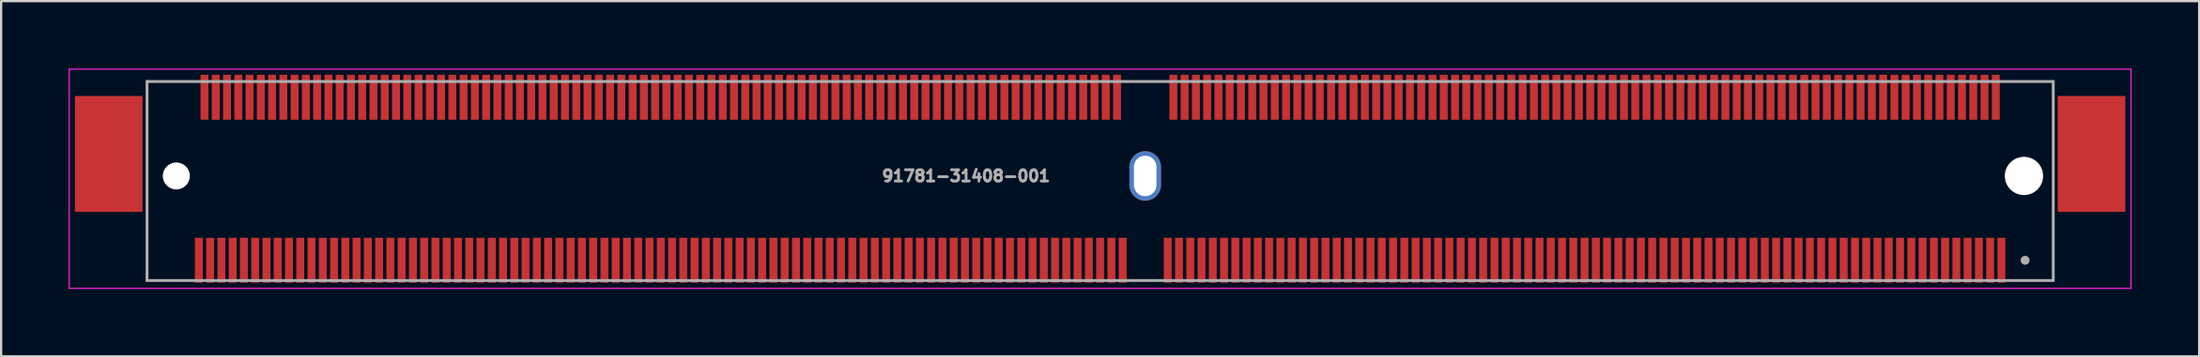
<source format=kicad_pcb>
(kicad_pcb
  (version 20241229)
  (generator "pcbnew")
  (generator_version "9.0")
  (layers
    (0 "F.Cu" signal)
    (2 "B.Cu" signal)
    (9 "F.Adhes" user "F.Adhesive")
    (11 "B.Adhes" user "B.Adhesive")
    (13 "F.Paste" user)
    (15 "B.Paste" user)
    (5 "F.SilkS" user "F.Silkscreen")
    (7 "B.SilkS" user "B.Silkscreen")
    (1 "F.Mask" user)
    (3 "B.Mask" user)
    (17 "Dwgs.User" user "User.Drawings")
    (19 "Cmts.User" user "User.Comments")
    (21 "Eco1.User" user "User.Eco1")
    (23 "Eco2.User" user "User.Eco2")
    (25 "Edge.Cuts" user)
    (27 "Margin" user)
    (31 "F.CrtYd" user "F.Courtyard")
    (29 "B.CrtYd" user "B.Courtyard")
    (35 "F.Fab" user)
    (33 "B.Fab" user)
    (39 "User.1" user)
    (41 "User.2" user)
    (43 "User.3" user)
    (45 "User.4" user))
  (footprint "91781-31408-001"
    (layer "F.Cu")
    (at 45.775 4.775)
    (property "Reference" "91781-31408-001" (at -5.95 0 0) (layer "F.Fab") (effects (font (size 0.5 0.5) (thickness 0.125))))
    (attr smd)
    (fp_poly (pts (xy -40.225 2.7) (xy -39.775 2.7) (xy -39.775 4.8) (xy -40.225 4.8)) (stroke (width 0.01) (type solid)) (fill yes) (layer "F.Mask"))
    (fp_poly (pts (xy -39.975 -4.55) (xy -39.525 -4.55) (xy -39.525 -2.45) (xy -39.975 -2.45)) (stroke (width 0.01) (type solid)) (fill yes) (layer "F.Mask"))
    (fp_poly (pts (xy -39.725 2.7) (xy -39.275 2.7) (xy -39.275 4.8) (xy -39.725 4.8)) (stroke (width 0.01) (type solid)) (fill yes) (layer "F.Mask"))
    (fp_poly (pts (xy -39.475 -4.55) (xy -39.025 -4.55) (xy -39.025 -2.45) (xy -39.475 -2.45)) (stroke (width 0.01) (type solid)) (fill yes) (layer "F.Mask"))
    (fp_poly (pts (xy -39.225 2.7) (xy -38.775 2.7) (xy -38.775 4.8) (xy -39.225 4.8)) (stroke (width 0.01) (type solid)) (fill yes) (layer "F.Mask"))
    (fp_poly (pts (xy -38.975 -4.55) (xy -38.525 -4.55) (xy -38.525 -2.45) (xy -38.975 -2.45)) (stroke (width 0.01) (type solid)) (fill yes) (layer "F.Mask"))
    (fp_poly (pts (xy -38.725 2.7) (xy -38.275 2.7) (xy -38.275 4.8) (xy -38.725 4.8)) (stroke (width 0.01) (type solid)) (fill yes) (layer "F.Mask"))
    (fp_poly (pts (xy -38.475 -4.55) (xy -38.025 -4.55) (xy -38.025 -2.45) (xy -38.475 -2.45)) (stroke (width 0.01) (type solid)) (fill yes) (layer "F.Mask"))
    (fp_poly (pts (xy -38.225 2.7) (xy -37.775 2.7) (xy -37.775 4.8) (xy -38.225 4.8)) (stroke (width 0.01) (type solid)) (fill yes) (layer "F.Mask"))
    (fp_poly (pts (xy -37.975 -4.55) (xy -37.525 -4.55) (xy -37.525 -2.45) (xy -37.975 -2.45)) (stroke (width 0.01) (type solid)) (fill yes) (layer "F.Mask"))
    (fp_poly (pts (xy -37.725 2.7) (xy -37.275 2.7) (xy -37.275 4.8) (xy -37.725 4.8)) (stroke (width 0.01) (type solid)) (fill yes) (layer "F.Mask"))
    (fp_poly (pts (xy -37.475 -4.55) (xy -37.025 -4.55) (xy -37.025 -2.45) (xy -37.475 -2.45)) (stroke (width 0.01) (type solid)) (fill yes) (layer "F.Mask"))
    (fp_poly (pts (xy -37.225 2.7) (xy -36.775 2.7) (xy -36.775 4.8) (xy -37.225 4.8)) (stroke (width 0.01) (type solid)) (fill yes) (layer "F.Mask"))
    (fp_poly (pts (xy -36.975 -4.55) (xy -36.525 -4.55) (xy -36.525 -2.45) (xy -36.975 -2.45)) (stroke (width 0.01) (type solid)) (fill yes) (layer "F.Mask"))
    (fp_poly (pts (xy -36.725 2.7) (xy -36.275 2.7) (xy -36.275 4.8) (xy -36.725 4.8)) (stroke (width 0.01) (type solid)) (fill yes) (layer "F.Mask"))
    (fp_poly (pts (xy -36.475 -4.55) (xy -36.025 -4.55) (xy -36.025 -2.45) (xy -36.475 -2.45)) (stroke (width 0.01) (type solid)) (fill yes) (layer "F.Mask"))
    (fp_poly (pts (xy -36.225 2.7) (xy -35.775 2.7) (xy -35.775 4.8) (xy -36.225 4.8)) (stroke (width 0.01) (type solid)) (fill yes) (layer "F.Mask"))
    (fp_poly (pts (xy -35.975 -4.55) (xy -35.525 -4.55) (xy -35.525 -2.45) (xy -35.975 -2.45)) (stroke (width 0.01) (type solid)) (fill yes) (layer "F.Mask"))
    (fp_poly (pts (xy -35.725 2.7) (xy -35.275 2.7) (xy -35.275 4.8) (xy -35.725 4.8)) (stroke (width 0.01) (type solid)) (fill yes) (layer "F.Mask"))
    (fp_poly (pts (xy -35.475 -4.55) (xy -35.025 -4.55) (xy -35.025 -2.45) (xy -35.475 -2.45)) (stroke (width 0.01) (type solid)) (fill yes) (layer "F.Mask"))
    (fp_poly (pts (xy -35.225 2.7) (xy -34.775 2.7) (xy -34.775 4.8) (xy -35.225 4.8)) (stroke (width 0.01) (type solid)) (fill yes) (layer "F.Mask"))
    (fp_poly (pts (xy -34.975 -4.55) (xy -34.525 -4.55) (xy -34.525 -2.45) (xy -34.975 -2.45)) (stroke (width 0.01) (type solid)) (fill yes) (layer "F.Mask"))
    (fp_poly (pts (xy -34.725 2.7) (xy -34.275 2.7) (xy -34.275 4.8) (xy -34.725 4.8)) (stroke (width 0.01) (type solid)) (fill yes) (layer "F.Mask"))
    (fp_poly (pts (xy -34.475 -4.55) (xy -34.025 -4.55) (xy -34.025 -2.45) (xy -34.475 -2.45)) (stroke (width 0.01) (type solid)) (fill yes) (layer "F.Mask"))
    (fp_poly (pts (xy -34.225 2.7) (xy -33.775 2.7) (xy -33.775 4.8) (xy -34.225 4.8)) (stroke (width 0.01) (type solid)) (fill yes) (layer "F.Mask"))
    (fp_poly (pts (xy -33.975 -4.55) (xy -33.525 -4.55) (xy -33.525 -2.45) (xy -33.975 -2.45)) (stroke (width 0.01) (type solid)) (fill yes) (layer "F.Mask"))
    (fp_poly (pts (xy -33.725 2.7) (xy -33.275 2.7) (xy -33.275 4.8) (xy -33.725 4.8)) (stroke (width 0.01) (type solid)) (fill yes) (layer "F.Mask"))
    (fp_poly (pts (xy -33.475 -4.55) (xy -33.025 -4.55) (xy -33.025 -2.45) (xy -33.475 -2.45)) (stroke (width 0.01) (type solid)) (fill yes) (layer "F.Mask"))
    (fp_poly (pts (xy -33.225 2.7) (xy -32.775 2.7) (xy -32.775 4.8) (xy -33.225 4.8)) (stroke (width 0.01) (type solid)) (fill yes) (layer "F.Mask"))
    (fp_poly (pts (xy -32.975 -4.55) (xy -32.525 -4.55) (xy -32.525 -2.45) (xy -32.975 -2.45)) (stroke (width 0.01) (type solid)) (fill yes) (layer "F.Mask"))
    (fp_poly (pts (xy -32.725 2.7) (xy -32.275 2.7) (xy -32.275 4.8) (xy -32.725 4.8)) (stroke (width 0.01) (type solid)) (fill yes) (layer "F.Mask"))
    (fp_poly (pts (xy -32.475 -4.55) (xy -32.025 -4.55) (xy -32.025 -2.45) (xy -32.475 -2.45)) (stroke (width 0.01) (type solid)) (fill yes) (layer "F.Mask"))
    (fp_poly (pts (xy -32.225 2.7) (xy -31.775 2.7) (xy -31.775 4.8) (xy -32.225 4.8)) (stroke (width 0.01) (type solid)) (fill yes) (layer "F.Mask"))
    (fp_poly (pts (xy -31.975 -4.55) (xy -31.525 -4.55) (xy -31.525 -2.45) (xy -31.975 -2.45)) (stroke (width 0.01) (type solid)) (fill yes) (layer "F.Mask"))
    (fp_poly (pts (xy -31.725 2.7) (xy -31.275 2.7) (xy -31.275 4.8) (xy -31.725 4.8)) (stroke (width 0.01) (type solid)) (fill yes) (layer "F.Mask"))
    (fp_poly (pts (xy -31.475 -4.55) (xy -31.025 -4.55) (xy -31.025 -2.45) (xy -31.475 -2.45)) (stroke (width 0.01) (type solid)) (fill yes) (layer "F.Mask"))
    (fp_poly (pts (xy -31.225 2.7) (xy -30.775 2.7) (xy -30.775 4.8) (xy -31.225 4.8)) (stroke (width 0.01) (type solid)) (fill yes) (layer "F.Mask"))
    (fp_poly (pts (xy -30.975 -4.55) (xy -30.525 -4.55) (xy -30.525 -2.45) (xy -30.975 -2.45)) (stroke (width 0.01) (type solid)) (fill yes) (layer "F.Mask"))
    (fp_poly (pts (xy -30.725 2.7) (xy -30.275 2.7) (xy -30.275 4.8) (xy -30.725 4.8)) (stroke (width 0.01) (type solid)) (fill yes) (layer "F.Mask"))
    (fp_poly (pts (xy -30.475 -4.55) (xy -30.025 -4.55) (xy -30.025 -2.45) (xy -30.475 -2.45)) (stroke (width 0.01) (type solid)) (fill yes) (layer "F.Mask"))
    (fp_poly (pts (xy -30.225 2.7) (xy -29.775 2.7) (xy -29.775 4.8) (xy -30.225 4.8)) (stroke (width 0.01) (type solid)) (fill yes) (layer "F.Mask"))
    (fp_poly (pts (xy -29.975 -4.55) (xy -29.525 -4.55) (xy -29.525 -2.45) (xy -29.975 -2.45)) (stroke (width 0.01) (type solid)) (fill yes) (layer "F.Mask"))
    (fp_poly (pts (xy -29.725 2.7) (xy -29.275 2.7) (xy -29.275 4.8) (xy -29.725 4.8)) (stroke (width 0.01) (type solid)) (fill yes) (layer "F.Mask"))
    (fp_poly (pts (xy -29.475 -4.55) (xy -29.025 -4.55) (xy -29.025 -2.45) (xy -29.475 -2.45)) (stroke (width 0.01) (type solid)) (fill yes) (layer "F.Mask"))
    (fp_poly (pts (xy -29.225 2.7) (xy -28.775 2.7) (xy -28.775 4.8) (xy -29.225 4.8)) (stroke (width 0.01) (type solid)) (fill yes) (layer "F.Mask"))
    (fp_poly (pts (xy -28.975 -4.55) (xy -28.525 -4.55) (xy -28.525 -2.45) (xy -28.975 -2.45)) (stroke (width 0.01) (type solid)) (fill yes) (layer "F.Mask"))
    (fp_poly (pts (xy -28.725 2.7) (xy -28.275 2.7) (xy -28.275 4.8) (xy -28.725 4.8)) (stroke (width 0.01) (type solid)) (fill yes) (layer "F.Mask"))
    (fp_poly (pts (xy -28.475 -4.55) (xy -28.025 -4.55) (xy -28.025 -2.45) (xy -28.475 -2.45)) (stroke (width 0.01) (type solid)) (fill yes) (layer "F.Mask"))
    (fp_poly (pts (xy -28.225 2.7) (xy -27.775 2.7) (xy -27.775 4.8) (xy -28.225 4.8)) (stroke (width 0.01) (type solid)) (fill yes) (layer "F.Mask"))
    (fp_poly (pts (xy -27.975 -4.55) (xy -27.525 -4.55) (xy -27.525 -2.45) (xy -27.975 -2.45)) (stroke (width 0.01) (type solid)) (fill yes) (layer "F.Mask"))
    (fp_poly (pts (xy -27.725 2.7) (xy -27.275 2.7) (xy -27.275 4.8) (xy -27.725 4.8)) (stroke (width 0.01) (type solid)) (fill yes) (layer "F.Mask"))
    (fp_poly (pts (xy -27.475 -4.55) (xy -27.025 -4.55) (xy -27.025 -2.45) (xy -27.475 -2.45)) (stroke (width 0.01) (type solid)) (fill yes) (layer "F.Mask"))
    (fp_poly (pts (xy -27.225 2.7) (xy -26.775 2.7) (xy -26.775 4.8) (xy -27.225 4.8)) (stroke (width 0.01) (type solid)) (fill yes) (layer "F.Mask"))
    (fp_poly (pts (xy -26.975 -4.55) (xy -26.525 -4.55) (xy -26.525 -2.45) (xy -26.975 -2.45)) (stroke (width 0.01) (type solid)) (fill yes) (layer "F.Mask"))
    (fp_poly (pts (xy -26.725 2.7) (xy -26.275 2.7) (xy -26.275 4.8) (xy -26.725 4.8)) (stroke (width 0.01) (type solid)) (fill yes) (layer "F.Mask"))
    (fp_poly (pts (xy -26.475 -4.55) (xy -26.025 -4.55) (xy -26.025 -2.45) (xy -26.475 -2.45)) (stroke (width 0.01) (type solid)) (fill yes) (layer "F.Mask"))
    (fp_poly (pts (xy -26.225 2.7) (xy -25.775 2.7) (xy -25.775 4.8) (xy -26.225 4.8)) (stroke (width 0.01) (type solid)) (fill yes) (layer "F.Mask"))
    (fp_poly (pts (xy -25.975 -4.55) (xy -25.525 -4.55) (xy -25.525 -2.45) (xy -25.975 -2.45)) (stroke (width 0.01) (type solid)) (fill yes) (layer "F.Mask"))
    (fp_poly (pts (xy -25.725 2.7) (xy -25.275 2.7) (xy -25.275 4.8) (xy -25.725 4.8)) (stroke (width 0.01) (type solid)) (fill yes) (layer "F.Mask"))
    (fp_poly (pts (xy -25.475 -4.55) (xy -25.025 -4.55) (xy -25.025 -2.45) (xy -25.475 -2.45)) (stroke (width 0.01) (type solid)) (fill yes) (layer "F.Mask"))
    (fp_poly (pts (xy -25.225 2.7) (xy -24.775 2.7) (xy -24.775 4.8) (xy -25.225 4.8)) (stroke (width 0.01) (type solid)) (fill yes) (layer "F.Mask"))
    (fp_poly (pts (xy -24.975 -4.55) (xy -24.525 -4.55) (xy -24.525 -2.45) (xy -24.975 -2.45)) (stroke (width 0.01) (type solid)) (fill yes) (layer "F.Mask"))
    (fp_poly (pts (xy -24.725 2.7) (xy -24.275 2.7) (xy -24.275 4.8) (xy -24.725 4.8)) (stroke (width 0.01) (type solid)) (fill yes) (layer "F.Mask"))
    (fp_poly (pts (xy -24.475 -4.55) (xy -24.025 -4.55) (xy -24.025 -2.45) (xy -24.475 -2.45)) (stroke (width 0.01) (type solid)) (fill yes) (layer "F.Mask"))
    (fp_poly (pts (xy -24.225 2.7) (xy -23.775 2.7) (xy -23.775 4.8) (xy -24.225 4.8)) (stroke (width 0.01) (type solid)) (fill yes) (layer "F.Mask"))
    (fp_poly (pts (xy -23.975 -4.55) (xy -23.525 -4.55) (xy -23.525 -2.45) (xy -23.975 -2.45)) (stroke (width 0.01) (type solid)) (fill yes) (layer "F.Mask"))
    (fp_poly (pts (xy -23.725 2.7) (xy -23.275 2.7) (xy -23.275 4.8) (xy -23.725 4.8)) (stroke (width 0.01) (type solid)) (fill yes) (layer "F.Mask"))
    (fp_poly (pts (xy -23.475 -4.55) (xy -23.025 -4.55) (xy -23.025 -2.45) (xy -23.475 -2.45)) (stroke (width 0.01) (type solid)) (fill yes) (layer "F.Mask"))
    (fp_poly (pts (xy -23.225 2.7) (xy -22.775 2.7) (xy -22.775 4.8) (xy -23.225 4.8)) (stroke (width 0.01) (type solid)) (fill yes) (layer "F.Mask"))
    (fp_poly (pts (xy -22.975 -4.55) (xy -22.525 -4.55) (xy -22.525 -2.45) (xy -22.975 -2.45)) (stroke (width 0.01) (type solid)) (fill yes) (layer "F.Mask"))
    (fp_poly (pts (xy -22.725 2.7) (xy -22.275 2.7) (xy -22.275 4.8) (xy -22.725 4.8)) (stroke (width 0.01) (type solid)) (fill yes) (layer "F.Mask"))
    (fp_poly (pts (xy -22.475 -4.55) (xy -22.025 -4.55) (xy -22.025 -2.45) (xy -22.475 -2.45)) (stroke (width 0.01) (type solid)) (fill yes) (layer "F.Mask"))
    (fp_poly (pts (xy -22.225 2.7) (xy -21.775 2.7) (xy -21.775 4.8) (xy -22.225 4.8)) (stroke (width 0.01) (type solid)) (fill yes) (layer "F.Mask"))
    (fp_poly (pts (xy -21.975 -4.55) (xy -21.525 -4.55) (xy -21.525 -2.45) (xy -21.975 -2.45)) (stroke (width 0.01) (type solid)) (fill yes) (layer "F.Mask"))
    (fp_poly (pts (xy -21.725 2.7) (xy -21.275 2.7) (xy -21.275 4.8) (xy -21.725 4.8)) (stroke (width 0.01) (type solid)) (fill yes) (layer "F.Mask"))
    (fp_poly (pts (xy -21.475 -4.55) (xy -21.025 -4.55) (xy -21.025 -2.45) (xy -21.475 -2.45)) (stroke (width 0.01) (type solid)) (fill yes) (layer "F.Mask"))
    (fp_poly (pts (xy -21.225 2.7) (xy -20.775 2.7) (xy -20.775 4.8) (xy -21.225 4.8)) (stroke (width 0.01) (type solid)) (fill yes) (layer "F.Mask"))
    (fp_poly (pts (xy -20.975 -4.55) (xy -20.525 -4.55) (xy -20.525 -2.45) (xy -20.975 -2.45)) (stroke (width 0.01) (type solid)) (fill yes) (layer "F.Mask"))
    (fp_poly (pts (xy -20.725 2.7) (xy -20.275 2.7) (xy -20.275 4.8) (xy -20.725 4.8)) (stroke (width 0.01) (type solid)) (fill yes) (layer "F.Mask"))
    (fp_poly (pts (xy -20.475 -4.55) (xy -20.025 -4.55) (xy -20.025 -2.45) (xy -20.475 -2.45)) (stroke (width 0.01) (type solid)) (fill yes) (layer "F.Mask"))
    (fp_poly (pts (xy -20.225 2.7) (xy -19.775 2.7) (xy -19.775 4.8) (xy -20.225 4.8)) (stroke (width 0.01) (type solid)) (fill yes) (layer "F.Mask"))
    (fp_poly (pts (xy -19.975 -4.55) (xy -19.525 -4.55) (xy -19.525 -2.45) (xy -19.975 -2.45)) (stroke (width 0.01) (type solid)) (fill yes) (layer "F.Mask"))
    (fp_poly (pts (xy -19.725 2.7) (xy -19.275 2.7) (xy -19.275 4.8) (xy -19.725 4.8)) (stroke (width 0.01) (type solid)) (fill yes) (layer "F.Mask"))
    (fp_poly (pts (xy -19.475 -4.55) (xy -19.025 -4.55) (xy -19.025 -2.45) (xy -19.475 -2.45)) (stroke (width 0.01) (type solid)) (fill yes) (layer "F.Mask"))
    (fp_poly (pts (xy -19.225 2.7) (xy -18.775 2.7) (xy -18.775 4.8) (xy -19.225 4.8)) (stroke (width 0.01) (type solid)) (fill yes) (layer "F.Mask"))
    (fp_poly (pts (xy -18.975 -4.55) (xy -18.525 -4.55) (xy -18.525 -2.45) (xy -18.975 -2.45)) (stroke (width 0.01) (type solid)) (fill yes) (layer "F.Mask"))
    (fp_poly (pts (xy -18.725 2.7) (xy -18.275 2.7) (xy -18.275 4.8) (xy -18.725 4.8)) (stroke (width 0.01) (type solid)) (fill yes) (layer "F.Mask"))
    (fp_poly (pts (xy -18.475 -4.55) (xy -18.025 -4.55) (xy -18.025 -2.45) (xy -18.475 -2.45)) (stroke (width 0.01) (type solid)) (fill yes) (layer "F.Mask"))
    (fp_poly (pts (xy -18.225 2.7) (xy -17.775 2.7) (xy -17.775 4.8) (xy -18.225 4.8)) (stroke (width 0.01) (type solid)) (fill yes) (layer "F.Mask"))
    (fp_poly (pts (xy -17.975 -4.55) (xy -17.525 -4.55) (xy -17.525 -2.45) (xy -17.975 -2.45)) (stroke (width 0.01) (type solid)) (fill yes) (layer "F.Mask"))
    (fp_poly (pts (xy -17.725 2.7) (xy -17.275 2.7) (xy -17.275 4.8) (xy -17.725 4.8)) (stroke (width 0.01) (type solid)) (fill yes) (layer "F.Mask"))
    (fp_poly (pts (xy -17.475 -4.55) (xy -17.025 -4.55) (xy -17.025 -2.45) (xy -17.475 -2.45)) (stroke (width 0.01) (type solid)) (fill yes) (layer "F.Mask"))
    (fp_poly (pts (xy -17.225 2.7) (xy -16.775 2.7) (xy -16.775 4.8) (xy -17.225 4.8)) (stroke (width 0.01) (type solid)) (fill yes) (layer "F.Mask"))
    (fp_poly (pts (xy -16.975 -4.55) (xy -16.525 -4.55) (xy -16.525 -2.45) (xy -16.975 -2.45)) (stroke (width 0.01) (type solid)) (fill yes) (layer "F.Mask"))
    (fp_poly (pts (xy -16.725 2.7) (xy -16.275 2.7) (xy -16.275 4.8) (xy -16.725 4.8)) (stroke (width 0.01) (type solid)) (fill yes) (layer "F.Mask"))
    (fp_poly (pts (xy -16.475 -4.55) (xy -16.025 -4.55) (xy -16.025 -2.45) (xy -16.475 -2.45)) (stroke (width 0.01) (type solid)) (fill yes) (layer "F.Mask"))
    (fp_poly (pts (xy -16.225 2.7) (xy -15.775 2.7) (xy -15.775 4.8) (xy -16.225 4.8)) (stroke (width 0.01) (type solid)) (fill yes) (layer "F.Mask"))
    (fp_poly (pts (xy -15.975 -4.55) (xy -15.525 -4.55) (xy -15.525 -2.45) (xy -15.975 -2.45)) (stroke (width 0.01) (type solid)) (fill yes) (layer "F.Mask"))
    (fp_poly (pts (xy -15.725 2.7) (xy -15.275 2.7) (xy -15.275 4.8) (xy -15.725 4.8)) (stroke (width 0.01) (type solid)) (fill yes) (layer "F.Mask"))
    (fp_poly (pts (xy -15.475 -4.55) (xy -15.025 -4.55) (xy -15.025 -2.45) (xy -15.475 -2.45)) (stroke (width 0.01) (type solid)) (fill yes) (layer "F.Mask"))
    (fp_poly (pts (xy -15.225 2.7) (xy -14.775 2.7) (xy -14.775 4.8) (xy -15.225 4.8)) (stroke (width 0.01) (type solid)) (fill yes) (layer "F.Mask"))
    (fp_poly (pts (xy -14.975 -4.55) (xy -14.525 -4.55) (xy -14.525 -2.45) (xy -14.975 -2.45)) (stroke (width 0.01) (type solid)) (fill yes) (layer "F.Mask"))
    (fp_poly (pts (xy -14.725 2.7) (xy -14.275 2.7) (xy -14.275 4.8) (xy -14.725 4.8)) (stroke (width 0.01) (type solid)) (fill yes) (layer "F.Mask"))
    (fp_poly (pts (xy -14.475 -4.55) (xy -14.025 -4.55) (xy -14.025 -2.45) (xy -14.475 -2.45)) (stroke (width 0.01) (type solid)) (fill yes) (layer "F.Mask"))
    (fp_poly (pts (xy -14.225 2.7) (xy -13.775 2.7) (xy -13.775 4.8) (xy -14.225 4.8)) (stroke (width 0.01) (type solid)) (fill yes) (layer "F.Mask"))
    (fp_poly (pts (xy -13.975 -4.55) (xy -13.525 -4.55) (xy -13.525 -2.45) (xy -13.975 -2.45)) (stroke (width 0.01) (type solid)) (fill yes) (layer "F.Mask"))
    (fp_poly (pts (xy -13.725 2.7) (xy -13.275 2.7) (xy -13.275 4.8) (xy -13.725 4.8)) (stroke (width 0.01) (type solid)) (fill yes) (layer "F.Mask"))
    (fp_poly (pts (xy -13.475 -4.55) (xy -13.025 -4.55) (xy -13.025 -2.45) (xy -13.475 -2.45)) (stroke (width 0.01) (type solid)) (fill yes) (layer "F.Mask"))
    (fp_poly (pts (xy -13.225 2.7) (xy -12.775 2.7) (xy -12.775 4.8) (xy -13.225 4.8)) (stroke (width 0.01) (type solid)) (fill yes) (layer "F.Mask"))
    (fp_poly (pts (xy -12.975 -4.55) (xy -12.525 -4.55) (xy -12.525 -2.45) (xy -12.975 -2.45)) (stroke (width 0.01) (type solid)) (fill yes) (layer "F.Mask"))
    (fp_poly (pts (xy -12.725 2.7) (xy -12.275 2.7) (xy -12.275 4.8) (xy -12.725 4.8)) (stroke (width 0.01) (type solid)) (fill yes) (layer "F.Mask"))
    (fp_poly (pts (xy -12.475 -4.55) (xy -12.025 -4.55) (xy -12.025 -2.45) (xy -12.475 -2.45)) (stroke (width 0.01) (type solid)) (fill yes) (layer "F.Mask"))
    (fp_poly (pts (xy -12.225 2.7) (xy -11.775 2.7) (xy -11.775 4.8) (xy -12.225 4.8)) (stroke (width 0.01) (type solid)) (fill yes) (layer "F.Mask"))
    (fp_poly (pts (xy -11.975 -4.55) (xy -11.525 -4.55) (xy -11.525 -2.45) (xy -11.975 -2.45)) (stroke (width 0.01) (type solid)) (fill yes) (layer "F.Mask"))
    (fp_poly (pts (xy -11.725 2.7) (xy -11.275 2.7) (xy -11.275 4.8) (xy -11.725 4.8)) (stroke (width 0.01) (type solid)) (fill yes) (layer "F.Mask"))
    (fp_poly (pts (xy -11.475 -4.55) (xy -11.025 -4.55) (xy -11.025 -2.45) (xy -11.475 -2.45)) (stroke (width 0.01) (type solid)) (fill yes) (layer "F.Mask"))
    (fp_poly (pts (xy -11.225 2.7) (xy -10.775 2.7) (xy -10.775 4.8) (xy -11.225 4.8)) (stroke (width 0.01) (type solid)) (fill yes) (layer "F.Mask"))
    (fp_poly (pts (xy -10.975 -4.55) (xy -10.525 -4.55) (xy -10.525 -2.45) (xy -10.975 -2.45)) (stroke (width 0.01) (type solid)) (fill yes) (layer "F.Mask"))
    (fp_poly (pts (xy -10.725 2.7) (xy -10.275 2.7) (xy -10.275 4.8) (xy -10.725 4.8)) (stroke (width 0.01) (type solid)) (fill yes) (layer "F.Mask"))
    (fp_poly (pts (xy -10.475 -4.55) (xy -10.025 -4.55) (xy -10.025 -2.45) (xy -10.475 -2.45)) (stroke (width 0.01) (type solid)) (fill yes) (layer "F.Mask"))
    (fp_poly (pts (xy -10.225 2.7) (xy -9.775 2.7) (xy -9.775 4.8) (xy -10.225 4.8)) (stroke (width 0.01) (type solid)) (fill yes) (layer "F.Mask"))
    (fp_poly (pts (xy -9.975 -4.55) (xy -9.525 -4.55) (xy -9.525 -2.45) (xy -9.975 -2.45)) (stroke (width 0.01) (type solid)) (fill yes) (layer "F.Mask"))
    (fp_poly (pts (xy -9.725 2.7) (xy -9.275 2.7) (xy -9.275 4.8) (xy -9.725 4.8)) (stroke (width 0.01) (type solid)) (fill yes) (layer "F.Mask"))
    (fp_poly (pts (xy -9.475 -4.55) (xy -9.025 -4.55) (xy -9.025 -2.45) (xy -9.475 -2.45)) (stroke (width 0.01) (type solid)) (fill yes) (layer "F.Mask"))
    (fp_poly (pts (xy -9.225 2.7) (xy -8.775 2.7) (xy -8.775 4.8) (xy -9.225 4.8)) (stroke (width 0.01) (type solid)) (fill yes) (layer "F.Mask"))
    (fp_poly (pts (xy -8.975 -4.55) (xy -8.525 -4.55) (xy -8.525 -2.45) (xy -8.975 -2.45)) (stroke (width 0.01) (type solid)) (fill yes) (layer "F.Mask"))
    (fp_poly (pts (xy -8.725 2.7) (xy -8.275 2.7) (xy -8.275 4.8) (xy -8.725 4.8)) (stroke (width 0.01) (type solid)) (fill yes) (layer "F.Mask"))
    (fp_poly (pts (xy -8.475 -4.55) (xy -8.025 -4.55) (xy -8.025 -2.45) (xy -8.475 -2.45)) (stroke (width 0.01) (type solid)) (fill yes) (layer "F.Mask"))
    (fp_poly (pts (xy -8.225 2.7) (xy -7.775 2.7) (xy -7.775 4.8) (xy -8.225 4.8)) (stroke (width 0.01) (type solid)) (fill yes) (layer "F.Mask"))
    (fp_poly (pts (xy -7.975 -4.55) (xy -7.525 -4.55) (xy -7.525 -2.45) (xy -7.975 -2.45)) (stroke (width 0.01) (type solid)) (fill yes) (layer "F.Mask"))
    (fp_poly (pts (xy -7.725 2.7) (xy -7.275 2.7) (xy -7.275 4.8) (xy -7.725 4.8)) (stroke (width 0.01) (type solid)) (fill yes) (layer "F.Mask"))
    (fp_poly (pts (xy -7.475 -4.55) (xy -7.025 -4.55) (xy -7.025 -2.45) (xy -7.475 -2.45)) (stroke (width 0.01) (type solid)) (fill yes) (layer "F.Mask"))
    (fp_poly (pts (xy -7.225 2.7) (xy -6.775 2.7) (xy -6.775 4.8) (xy -7.225 4.8)) (stroke (width 0.01) (type solid)) (fill yes) (layer "F.Mask"))
    (fp_poly (pts (xy -6.975 -4.55) (xy -6.525 -4.55) (xy -6.525 -2.45) (xy -6.975 -2.45)) (stroke (width 0.01) (type solid)) (fill yes) (layer "F.Mask"))
    (fp_poly (pts (xy -6.725 2.7) (xy -6.275 2.7) (xy -6.275 4.8) (xy -6.725 4.8)) (stroke (width 0.01) (type solid)) (fill yes) (layer "F.Mask"))
    (fp_poly (pts (xy -6.475 -4.55) (xy -6.025 -4.55) (xy -6.025 -2.45) (xy -6.475 -2.45)) (stroke (width 0.01) (type solid)) (fill yes) (layer "F.Mask"))
    (fp_poly (pts (xy -6.225 2.7) (xy -5.775 2.7) (xy -5.775 4.8) (xy -6.225 4.8)) (stroke (width 0.01) (type solid)) (fill yes) (layer "F.Mask"))
    (fp_poly (pts (xy -5.975 -4.55) (xy -5.525 -4.55) (xy -5.525 -2.45) (xy -5.975 -2.45)) (stroke (width 0.01) (type solid)) (fill yes) (layer "F.Mask"))
    (fp_poly (pts (xy -5.725 2.7) (xy -5.275 2.7) (xy -5.275 4.8) (xy -5.725 4.8)) (stroke (width 0.01) (type solid)) (fill yes) (layer "F.Mask"))
    (fp_poly (pts (xy -5.475 -4.55) (xy -5.025 -4.55) (xy -5.025 -2.45) (xy -5.475 -2.45)) (stroke (width 0.01) (type solid)) (fill yes) (layer "F.Mask"))
    (fp_poly (pts (xy -5.225 2.7) (xy -4.775 2.7) (xy -4.775 4.8) (xy -5.225 4.8)) (stroke (width 0.01) (type solid)) (fill yes) (layer "F.Mask"))
    (fp_poly (pts (xy -4.975 -4.55) (xy -4.525 -4.55) (xy -4.525 -2.45) (xy -4.975 -2.45)) (stroke (width 0.01) (type solid)) (fill yes) (layer "F.Mask"))
    (fp_poly (pts (xy -4.725 2.7) (xy -4.275 2.7) (xy -4.275 4.8) (xy -4.725 4.8)) (stroke (width 0.01) (type solid)) (fill yes) (layer "F.Mask"))
    (fp_poly (pts (xy -4.475 -4.55) (xy -4.025 -4.55) (xy -4.025 -2.45) (xy -4.475 -2.45)) (stroke (width 0.01) (type solid)) (fill yes) (layer "F.Mask"))
    (fp_poly (pts (xy -4.225 2.7) (xy -3.775 2.7) (xy -3.775 4.8) (xy -4.225 4.8)) (stroke (width 0.01) (type solid)) (fill yes) (layer "F.Mask"))
    (fp_poly (pts (xy -3.975 -4.55) (xy -3.525 -4.55) (xy -3.525 -2.45) (xy -3.975 -2.45)) (stroke (width 0.01) (type solid)) (fill yes) (layer "F.Mask"))
    (fp_poly (pts (xy -3.725 2.7) (xy -3.275 2.7) (xy -3.275 4.8) (xy -3.725 4.8)) (stroke (width 0.01) (type solid)) (fill yes) (layer "F.Mask"))
    (fp_poly (pts (xy -3.475 -4.55) (xy -3.025 -4.55) (xy -3.025 -2.45) (xy -3.475 -2.45)) (stroke (width 0.01) (type solid)) (fill yes) (layer "F.Mask"))
    (fp_poly (pts (xy -3.225 2.7) (xy -2.775 2.7) (xy -2.775 4.8) (xy -3.225 4.8)) (stroke (width 0.01) (type solid)) (fill yes) (layer "F.Mask"))
    (fp_poly (pts (xy -2.975 -4.55) (xy -2.525 -4.55) (xy -2.525 -2.45) (xy -2.975 -2.45)) (stroke (width 0.01) (type solid)) (fill yes) (layer "F.Mask"))
    (fp_poly (pts (xy -2.725 2.7) (xy -2.275 2.7) (xy -2.275 4.8) (xy -2.725 4.8)) (stroke (width 0.01) (type solid)) (fill yes) (layer "F.Mask"))
    (fp_poly (pts (xy -2.475 -4.55) (xy -2.025 -4.55) (xy -2.025 -2.45) (xy -2.475 -2.45)) (stroke (width 0.01) (type solid)) (fill yes) (layer "F.Mask"))
    (fp_poly (pts (xy -2.225 2.7) (xy -1.775 2.7) (xy -1.775 4.8) (xy -2.225 4.8)) (stroke (width 0.01) (type solid)) (fill yes) (layer "F.Mask"))
    (fp_poly (pts (xy -1.975 -4.55) (xy -1.525 -4.55) (xy -1.525 -2.45) (xy -1.975 -2.45)) (stroke (width 0.01) (type solid)) (fill yes) (layer "F.Mask"))
    (fp_poly (pts (xy -1.725 2.7) (xy -1.275 2.7) (xy -1.275 4.8) (xy -1.725 4.8)) (stroke (width 0.01) (type solid)) (fill yes) (layer "F.Mask"))
    (fp_poly (pts (xy -1.475 -4.55) (xy -1.025 -4.55) (xy -1.025 -2.45) (xy -1.475 -2.45)) (stroke (width 0.01) (type solid)) (fill yes) (layer "F.Mask"))
    (fp_poly (pts (xy -1.225 2.7) (xy -0.775 2.7) (xy -0.775 4.8) (xy -1.225 4.8)) (stroke (width 0.01) (type solid)) (fill yes) (layer "F.Mask"))
    (fp_poly (pts (xy -0.975 -4.55) (xy -0.525 -4.55) (xy -0.525 -2.45) (xy -0.975 -2.45)) (stroke (width 0.01) (type solid)) (fill yes) (layer "F.Mask"))
    (fp_poly (pts (xy -0.725 2.7) (xy -0.275 2.7) (xy -0.275 4.8) (xy -0.725 4.8)) (stroke (width 0.01) (type solid)) (fill yes) (layer "F.Mask"))
    (fp_poly (pts (xy -0.475 -4.55) (xy -0.025 -4.55) (xy -0.025 -2.45) (xy -0.475 -2.45)) (stroke (width 0.01) (type solid)) (fill yes) (layer "F.Mask"))
    (fp_poly (pts (xy -0.225 2.7) (xy 0.225 2.7) (xy 0.225 4.8) (xy -0.225 4.8)) (stroke (width 0.01) (type solid)) (fill yes) (layer "F.Mask"))
    (fp_poly (pts (xy 0.025 -4.55) (xy 0.475 -4.55) (xy 0.475 -2.45) (xy 0.025 -2.45)) (stroke (width 0.01) (type solid)) (fill yes) (layer "F.Mask"))
    (fp_poly (pts (xy 0.275 2.7) (xy 0.725 2.7) (xy 0.725 4.8) (xy 0.275 4.8)) (stroke (width 0.01) (type solid)) (fill yes) (layer "F.Mask"))
    (fp_poly (pts (xy 0.525 -4.55) (xy 0.975 -4.55) (xy 0.975 -2.45) (xy 0.525 -2.45)) (stroke (width 0.01) (type solid)) (fill yes) (layer "F.Mask"))
    (fp_poly (pts (xy 0.775 2.7) (xy 1.225 2.7) (xy 1.225 4.8) (xy 0.775 4.8)) (stroke (width 0.01) (type solid)) (fill yes) (layer "F.Mask"))
    (fp_poly (pts (xy 2.775 2.7) (xy 3.225 2.7) (xy 3.225 4.8) (xy 2.775 4.8)) (stroke (width 0.01) (type solid)) (fill yes) (layer "F.Mask"))
    (fp_poly (pts (xy 3.025 -4.55) (xy 3.475 -4.55) (xy 3.475 -2.45) (xy 3.025 -2.45)) (stroke (width 0.01) (type solid)) (fill yes) (layer "F.Mask"))
    (fp_poly (pts (xy 3.275 2.7) (xy 3.725 2.7) (xy 3.725 4.8) (xy 3.275 4.8)) (stroke (width 0.01) (type solid)) (fill yes) (layer "F.Mask"))
    (fp_poly (pts (xy 3.525 -4.55) (xy 3.975 -4.55) (xy 3.975 -2.45) (xy 3.525 -2.45)) (stroke (width 0.01) (type solid)) (fill yes) (layer "F.Mask"))
    (fp_poly (pts (xy 3.775 2.7) (xy 4.225 2.7) (xy 4.225 4.8) (xy 3.775 4.8)) (stroke (width 0.01) (type solid)) (fill yes) (layer "F.Mask"))
    (fp_poly (pts (xy 4.025 -4.55) (xy 4.475 -4.55) (xy 4.475 -2.45) (xy 4.025 -2.45)) (stroke (width 0.01) (type solid)) (fill yes) (layer "F.Mask"))
    (fp_poly (pts (xy 4.275 2.7) (xy 4.725 2.7) (xy 4.725 4.8) (xy 4.275 4.8)) (stroke (width 0.01) (type solid)) (fill yes) (layer "F.Mask"))
    (fp_poly (pts (xy 4.525 -4.55) (xy 4.975 -4.55) (xy 4.975 -2.45) (xy 4.525 -2.45)) (stroke (width 0.01) (type solid)) (fill yes) (layer "F.Mask"))
    (fp_poly (pts (xy 4.775 2.7) (xy 5.225 2.7) (xy 5.225 4.8) (xy 4.775 4.8)) (stroke (width 0.01) (type solid)) (fill yes) (layer "F.Mask"))
    (fp_poly (pts (xy 5.025 -4.55) (xy 5.475 -4.55) (xy 5.475 -2.45) (xy 5.025 -2.45)) (stroke (width 0.01) (type solid)) (fill yes) (layer "F.Mask"))
    (fp_poly (pts (xy 5.275 2.7) (xy 5.725 2.7) (xy 5.725 4.8) (xy 5.275 4.8)) (stroke (width 0.01) (type solid)) (fill yes) (layer "F.Mask"))
    (fp_poly (pts (xy 5.525 -4.55) (xy 5.975 -4.55) (xy 5.975 -2.45) (xy 5.525 -2.45)) (stroke (width 0.01) (type solid)) (fill yes) (layer "F.Mask"))
    (fp_poly (pts (xy 5.775 2.7) (xy 6.225 2.7) (xy 6.225 4.8) (xy 5.775 4.8)) (stroke (width 0.01) (type solid)) (fill yes) (layer "F.Mask"))
    (fp_poly (pts (xy 6.025 -4.55) (xy 6.475 -4.55) (xy 6.475 -2.45) (xy 6.025 -2.45)) (stroke (width 0.01) (type solid)) (fill yes) (layer "F.Mask"))
    (fp_poly (pts (xy 6.275 2.7) (xy 6.725 2.7) (xy 6.725 4.8) (xy 6.275 4.8)) (stroke (width 0.01) (type solid)) (fill yes) (layer "F.Mask"))
    (fp_poly (pts (xy 6.525 -4.55) (xy 6.975 -4.55) (xy 6.975 -2.45) (xy 6.525 -2.45)) (stroke (width 0.01) (type solid)) (fill yes) (layer "F.Mask"))
    (fp_poly (pts (xy 6.775 2.7) (xy 7.225 2.7) (xy 7.225 4.8) (xy 6.775 4.8)) (stroke (width 0.01) (type solid)) (fill yes) (layer "F.Mask"))
    (fp_poly (pts (xy 7.025 -4.55) (xy 7.475 -4.55) (xy 7.475 -2.45) (xy 7.025 -2.45)) (stroke (width 0.01) (type solid)) (fill yes) (layer "F.Mask"))
    (fp_poly (pts (xy 7.275 2.7) (xy 7.725 2.7) (xy 7.725 4.8) (xy 7.275 4.8)) (stroke (width 0.01) (type solid)) (fill yes) (layer "F.Mask"))
    (fp_poly (pts (xy 7.525 -4.55) (xy 7.975 -4.55) (xy 7.975 -2.45) (xy 7.525 -2.45)) (stroke (width 0.01) (type solid)) (fill yes) (layer "F.Mask"))
    (fp_poly (pts (xy 7.775 2.7) (xy 8.225 2.7) (xy 8.225 4.8) (xy 7.775 4.8)) (stroke (width 0.01) (type solid)) (fill yes) (layer "F.Mask"))
    (fp_poly (pts (xy 8.025 -4.55) (xy 8.475 -4.55) (xy 8.475 -2.45) (xy 8.025 -2.45)) (stroke (width 0.01) (type solid)) (fill yes) (layer "F.Mask"))
    (fp_poly (pts (xy 8.275 2.7) (xy 8.725 2.7) (xy 8.725 4.8) (xy 8.275 4.8)) (stroke (width 0.01) (type solid)) (fill yes) (layer "F.Mask"))
    (fp_poly (pts (xy 8.525 -4.55) (xy 8.975 -4.55) (xy 8.975 -2.45) (xy 8.525 -2.45)) (stroke (width 0.01) (type solid)) (fill yes) (layer "F.Mask"))
    (fp_poly (pts (xy 8.775 2.7) (xy 9.225 2.7) (xy 9.225 4.8) (xy 8.775 4.8)) (stroke (width 0.01) (type solid)) (fill yes) (layer "F.Mask"))
    (fp_poly (pts (xy 9.025 -4.55) (xy 9.475 -4.55) (xy 9.475 -2.45) (xy 9.025 -2.45)) (stroke (width 0.01) (type solid)) (fill yes) (layer "F.Mask"))
    (fp_poly (pts (xy 9.275 2.7) (xy 9.725 2.7) (xy 9.725 4.8) (xy 9.275 4.8)) (stroke (width 0.01) (type solid)) (fill yes) (layer "F.Mask"))
    (fp_poly (pts (xy 9.525 -4.55) (xy 9.975 -4.55) (xy 9.975 -2.45) (xy 9.525 -2.45)) (stroke (width 0.01) (type solid)) (fill yes) (layer "F.Mask"))
    (fp_poly (pts (xy 9.775 2.7) (xy 10.225 2.7) (xy 10.225 4.8) (xy 9.775 4.8)) (stroke (width 0.01) (type solid)) (fill yes) (layer "F.Mask"))
    (fp_poly (pts (xy 10.025 -4.55) (xy 10.475 -4.55) (xy 10.475 -2.45) (xy 10.025 -2.45)) (stroke (width 0.01) (type solid)) (fill yes) (layer "F.Mask"))
    (fp_poly (pts (xy 10.275 2.7) (xy 10.725 2.7) (xy 10.725 4.8) (xy 10.275 4.8)) (stroke (width 0.01) (type solid)) (fill yes) (layer "F.Mask"))
    (fp_poly (pts (xy 10.525 -4.55) (xy 10.975 -4.55) (xy 10.975 -2.45) (xy 10.525 -2.45)) (stroke (width 0.01) (type solid)) (fill yes) (layer "F.Mask"))
    (fp_poly (pts (xy 10.775 2.7) (xy 11.225 2.7) (xy 11.225 4.8) (xy 10.775 4.8)) (stroke (width 0.01) (type solid)) (fill yes) (layer "F.Mask"))
    (fp_poly (pts (xy 11.025 -4.55) (xy 11.475 -4.55) (xy 11.475 -2.45) (xy 11.025 -2.45)) (stroke (width 0.01) (type solid)) (fill yes) (layer "F.Mask"))
    (fp_poly (pts (xy 11.275 2.7) (xy 11.725 2.7) (xy 11.725 4.8) (xy 11.275 4.8)) (stroke (width 0.01) (type solid)) (fill yes) (layer "F.Mask"))
    (fp_poly (pts (xy 11.525 -4.55) (xy 11.975 -4.55) (xy 11.975 -2.45) (xy 11.525 -2.45)) (stroke (width 0.01) (type solid)) (fill yes) (layer "F.Mask"))
    (fp_poly (pts (xy 11.775 2.7) (xy 12.225 2.7) (xy 12.225 4.8) (xy 11.775 4.8)) (stroke (width 0.01) (type solid)) (fill yes) (layer "F.Mask"))
    (fp_poly (pts (xy 12.025 -4.55) (xy 12.475 -4.55) (xy 12.475 -2.45) (xy 12.025 -2.45)) (stroke (width 0.01) (type solid)) (fill yes) (layer "F.Mask"))
    (fp_poly (pts (xy 12.275 2.7) (xy 12.725 2.7) (xy 12.725 4.8) (xy 12.275 4.8)) (stroke (width 0.01) (type solid)) (fill yes) (layer "F.Mask"))
    (fp_poly (pts (xy 12.525 -4.55) (xy 12.975 -4.55) (xy 12.975 -2.45) (xy 12.525 -2.45)) (stroke (width 0.01) (type solid)) (fill yes) (layer "F.Mask"))
    (fp_poly (pts (xy 12.775 2.7) (xy 13.225 2.7) (xy 13.225 4.8) (xy 12.775 4.8)) (stroke (width 0.01) (type solid)) (fill yes) (layer "F.Mask"))
    (fp_poly (pts (xy 13.025 -4.55) (xy 13.475 -4.55) (xy 13.475 -2.45) (xy 13.025 -2.45)) (stroke (width 0.01) (type solid)) (fill yes) (layer "F.Mask"))
    (fp_poly (pts (xy 13.275 2.7) (xy 13.725 2.7) (xy 13.725 4.8) (xy 13.275 4.8)) (stroke (width 0.01) (type solid)) (fill yes) (layer "F.Mask"))
    (fp_poly (pts (xy 13.525 -4.55) (xy 13.975 -4.55) (xy 13.975 -2.45) (xy 13.525 -2.45)) (stroke (width 0.01) (type solid)) (fill yes) (layer "F.Mask"))
    (fp_poly (pts (xy 13.775 2.7) (xy 14.225 2.7) (xy 14.225 4.8) (xy 13.775 4.8)) (stroke (width 0.01) (type solid)) (fill yes) (layer "F.Mask"))
    (fp_poly (pts (xy 14.025 -4.55) (xy 14.475 -4.55) (xy 14.475 -2.45) (xy 14.025 -2.45)) (stroke (width 0.01) (type solid)) (fill yes) (layer "F.Mask"))
    (fp_poly (pts (xy 14.275 2.7) (xy 14.725 2.7) (xy 14.725 4.8) (xy 14.275 4.8)) (stroke (width 0.01) (type solid)) (fill yes) (layer "F.Mask"))
    (fp_poly (pts (xy 14.525 -4.55) (xy 14.975 -4.55) (xy 14.975 -2.45) (xy 14.525 -2.45)) (stroke (width 0.01) (type solid)) (fill yes) (layer "F.Mask"))
    (fp_poly (pts (xy 14.775 2.7) (xy 15.225 2.7) (xy 15.225 4.8) (xy 14.775 4.8)) (stroke (width 0.01) (type solid)) (fill yes) (layer "F.Mask"))
    (fp_poly (pts (xy 15.025 -4.55) (xy 15.475 -4.55) (xy 15.475 -2.45) (xy 15.025 -2.45)) (stroke (width 0.01) (type solid)) (fill yes) (layer "F.Mask"))
    (fp_poly (pts (xy 15.275 2.7) (xy 15.725 2.7) (xy 15.725 4.8) (xy 15.275 4.8)) (stroke (width 0.01) (type solid)) (fill yes) (layer "F.Mask"))
    (fp_poly (pts (xy 15.525 -4.55) (xy 15.975 -4.55) (xy 15.975 -2.45) (xy 15.525 -2.45)) (stroke (width 0.01) (type solid)) (fill yes) (layer "F.Mask"))
    (fp_poly (pts (xy 15.775 2.7) (xy 16.225 2.7) (xy 16.225 4.8) (xy 15.775 4.8)) (stroke (width 0.01) (type solid)) (fill yes) (layer "F.Mask"))
    (fp_poly (pts (xy 16.025 -4.55) (xy 16.475 -4.55) (xy 16.475 -2.45) (xy 16.025 -2.45)) (stroke (width 0.01) (type solid)) (fill yes) (layer "F.Mask"))
    (fp_poly (pts (xy 16.275 2.7) (xy 16.725 2.7) (xy 16.725 4.8) (xy 16.275 4.8)) (stroke (width 0.01) (type solid)) (fill yes) (layer "F.Mask"))
    (fp_poly (pts (xy 16.525 -4.55) (xy 16.975 -4.55) (xy 16.975 -2.45) (xy 16.525 -2.45)) (stroke (width 0.01) (type solid)) (fill yes) (layer "F.Mask"))
    (fp_poly (pts (xy 16.775 2.7) (xy 17.225 2.7) (xy 17.225 4.8) (xy 16.775 4.8)) (stroke (width 0.01) (type solid)) (fill yes) (layer "F.Mask"))
    (fp_poly (pts (xy 17.025 -4.55) (xy 17.475 -4.55) (xy 17.475 -2.45) (xy 17.025 -2.45)) (stroke (width 0.01) (type solid)) (fill yes) (layer "F.Mask"))
    (fp_poly (pts (xy 17.275 2.7) (xy 17.725 2.7) (xy 17.725 4.8) (xy 17.275 4.8)) (stroke (width 0.01) (type solid)) (fill yes) (layer "F.Mask"))
    (fp_poly (pts (xy 17.525 -4.55) (xy 17.975 -4.55) (xy 17.975 -2.45) (xy 17.525 -2.45)) (stroke (width 0.01) (type solid)) (fill yes) (layer "F.Mask"))
    (fp_poly (pts (xy 17.775 2.7) (xy 18.225 2.7) (xy 18.225 4.8) (xy 17.775 4.8)) (stroke (width 0.01) (type solid)) (fill yes) (layer "F.Mask"))
    (fp_poly (pts (xy 18.025 -4.55) (xy 18.475 -4.55) (xy 18.475 -2.45) (xy 18.025 -2.45)) (stroke (width 0.01) (type solid)) (fill yes) (layer "F.Mask"))
    (fp_poly (pts (xy 18.275 2.7) (xy 18.725 2.7) (xy 18.725 4.8) (xy 18.275 4.8)) (stroke (width 0.01) (type solid)) (fill yes) (layer "F.Mask"))
    (fp_poly (pts (xy 18.525 -4.55) (xy 18.975 -4.55) (xy 18.975 -2.45) (xy 18.525 -2.45)) (stroke (width 0.01) (type solid)) (fill yes) (layer "F.Mask"))
    (fp_poly (pts (xy 18.775 2.7) (xy 19.225 2.7) (xy 19.225 4.8) (xy 18.775 4.8)) (stroke (width 0.01) (type solid)) (fill yes) (layer "F.Mask"))
    (fp_poly (pts (xy 19.025 -4.55) (xy 19.475 -4.55) (xy 19.475 -2.45) (xy 19.025 -2.45)) (stroke (width 0.01) (type solid)) (fill yes) (layer "F.Mask"))
    (fp_poly (pts (xy 19.275 2.7) (xy 19.725 2.7) (xy 19.725 4.8) (xy 19.275 4.8)) (stroke (width 0.01) (type solid)) (fill yes) (layer "F.Mask"))
    (fp_poly (pts (xy 19.525 -4.55) (xy 19.975 -4.55) (xy 19.975 -2.45) (xy 19.525 -2.45)) (stroke (width 0.01) (type solid)) (fill yes) (layer "F.Mask"))
    (fp_poly (pts (xy 19.775 2.7) (xy 20.225 2.7) (xy 20.225 4.8) (xy 19.775 4.8)) (stroke (width 0.01) (type solid)) (fill yes) (layer "F.Mask"))
    (fp_poly (pts (xy 20.025 -4.55) (xy 20.475 -4.55) (xy 20.475 -2.45) (xy 20.025 -2.45)) (stroke (width 0.01) (type solid)) (fill yes) (layer "F.Mask"))
    (fp_poly (pts (xy 20.275 2.7) (xy 20.725 2.7) (xy 20.725 4.8) (xy 20.275 4.8)) (stroke (width 0.01) (type solid)) (fill yes) (layer "F.Mask"))
    (fp_poly (pts (xy 20.525 -4.55) (xy 20.975 -4.55) (xy 20.975 -2.45) (xy 20.525 -2.45)) (stroke (width 0.01) (type solid)) (fill yes) (layer "F.Mask"))
    (fp_poly (pts (xy 20.775 2.7) (xy 21.225 2.7) (xy 21.225 4.8) (xy 20.775 4.8)) (stroke (width 0.01) (type solid)) (fill yes) (layer "F.Mask"))
    (fp_poly (pts (xy 21.025 -4.55) (xy 21.475 -4.55) (xy 21.475 -2.45) (xy 21.025 -2.45)) (stroke (width 0.01) (type solid)) (fill yes) (layer "F.Mask"))
    (fp_poly (pts (xy 21.275 2.7) (xy 21.725 2.7) (xy 21.725 4.8) (xy 21.275 4.8)) (stroke (width 0.01) (type solid)) (fill yes) (layer "F.Mask"))
    (fp_poly (pts (xy 21.525 -4.55) (xy 21.975 -4.55) (xy 21.975 -2.45) (xy 21.525 -2.45)) (stroke (width 0.01) (type solid)) (fill yes) (layer "F.Mask"))
    (fp_poly (pts (xy 21.775 2.7) (xy 22.225 2.7) (xy 22.225 4.8) (xy 21.775 4.8)) (stroke (width 0.01) (type solid)) (fill yes) (layer "F.Mask"))
    (fp_poly (pts (xy 22.025 -4.55) (xy 22.475 -4.55) (xy 22.475 -2.45) (xy 22.025 -2.45)) (stroke (width 0.01) (type solid)) (fill yes) (layer "F.Mask"))
    (fp_poly (pts (xy 22.275 2.7) (xy 22.725 2.7) (xy 22.725 4.8) (xy 22.275 4.8)) (stroke (width 0.01) (type solid)) (fill yes) (layer "F.Mask"))
    (fp_poly (pts (xy 22.525 -4.55) (xy 22.975 -4.55) (xy 22.975 -2.45) (xy 22.525 -2.45)) (stroke (width 0.01) (type solid)) (fill yes) (layer "F.Mask"))
    (fp_poly (pts (xy 22.775 2.7) (xy 23.225 2.7) (xy 23.225 4.8) (xy 22.775 4.8)) (stroke (width 0.01) (type solid)) (fill yes) (layer "F.Mask"))
    (fp_poly (pts (xy 23.025 -4.55) (xy 23.475 -4.55) (xy 23.475 -2.45) (xy 23.025 -2.45)) (stroke (width 0.01) (type solid)) (fill yes) (layer "F.Mask"))
    (fp_poly (pts (xy 23.275 2.7) (xy 23.725 2.7) (xy 23.725 4.8) (xy 23.275 4.8)) (stroke (width 0.01) (type solid)) (fill yes) (layer "F.Mask"))
    (fp_poly (pts (xy 23.525 -4.55) (xy 23.975 -4.55) (xy 23.975 -2.45) (xy 23.525 -2.45)) (stroke (width 0.01) (type solid)) (fill yes) (layer "F.Mask"))
    (fp_poly (pts (xy 23.775 2.7) (xy 24.225 2.7) (xy 24.225 4.8) (xy 23.775 4.8)) (stroke (width 0.01) (type solid)) (fill yes) (layer "F.Mask"))
    (fp_poly (pts (xy 24.025 -4.55) (xy 24.475 -4.55) (xy 24.475 -2.45) (xy 24.025 -2.45)) (stroke (width 0.01) (type solid)) (fill yes) (layer "F.Mask"))
    (fp_poly (pts (xy 24.275 2.7) (xy 24.725 2.7) (xy 24.725 4.8) (xy 24.275 4.8)) (stroke (width 0.01) (type solid)) (fill yes) (layer "F.Mask"))
    (fp_poly (pts (xy 24.525 -4.55) (xy 24.975 -4.55) (xy 24.975 -2.45) (xy 24.525 -2.45)) (stroke (width 0.01) (type solid)) (fill yes) (layer "F.Mask"))
    (fp_poly (pts (xy 24.775 2.7) (xy 25.225 2.7) (xy 25.225 4.8) (xy 24.775 4.8)) (stroke (width 0.01) (type solid)) (fill yes) (layer "F.Mask"))
    (fp_poly (pts (xy 25.025 -4.55) (xy 25.475 -4.55) (xy 25.475 -2.45) (xy 25.025 -2.45)) (stroke (width 0.01) (type solid)) (fill yes) (layer "F.Mask"))
    (fp_poly (pts (xy 25.275 2.7) (xy 25.725 2.7) (xy 25.725 4.8) (xy 25.275 4.8)) (stroke (width 0.01) (type solid)) (fill yes) (layer "F.Mask"))
    (fp_poly (pts (xy 25.525 -4.55) (xy 25.975 -4.55) (xy 25.975 -2.45) (xy 25.525 -2.45)) (stroke (width 0.01) (type solid)) (fill yes) (layer "F.Mask"))
    (fp_poly (pts (xy 25.775 2.7) (xy 26.225 2.7) (xy 26.225 4.8) (xy 25.775 4.8)) (stroke (width 0.01) (type solid)) (fill yes) (layer "F.Mask"))
    (fp_poly (pts (xy 26.025 -4.55) (xy 26.475 -4.55) (xy 26.475 -2.45) (xy 26.025 -2.45)) (stroke (width 0.01) (type solid)) (fill yes) (layer "F.Mask"))
    (fp_poly (pts (xy 26.275 2.7) (xy 26.725 2.7) (xy 26.725 4.8) (xy 26.275 4.8)) (stroke (width 0.01) (type solid)) (fill yes) (layer "F.Mask"))
    (fp_poly (pts (xy 26.525 -4.55) (xy 26.975 -4.55) (xy 26.975 -2.45) (xy 26.525 -2.45)) (stroke (width 0.01) (type solid)) (fill yes) (layer "F.Mask"))
    (fp_poly (pts (xy 26.775 2.7) (xy 27.225 2.7) (xy 27.225 4.8) (xy 26.775 4.8)) (stroke (width 0.01) (type solid)) (fill yes) (layer "F.Mask"))
    (fp_poly (pts (xy 27.025 -4.55) (xy 27.475 -4.55) (xy 27.475 -2.45) (xy 27.025 -2.45)) (stroke (width 0.01) (type solid)) (fill yes) (layer "F.Mask"))
    (fp_poly (pts (xy 27.275 2.7) (xy 27.725 2.7) (xy 27.725 4.8) (xy 27.275 4.8)) (stroke (width 0.01) (type solid)) (fill yes) (layer "F.Mask"))
    (fp_poly (pts (xy 27.525 -4.55) (xy 27.975 -4.55) (xy 27.975 -2.45) (xy 27.525 -2.45)) (stroke (width 0.01) (type solid)) (fill yes) (layer "F.Mask"))
    (fp_poly (pts (xy 27.775 2.7) (xy 28.225 2.7) (xy 28.225 4.8) (xy 27.775 4.8)) (stroke (width 0.01) (type solid)) (fill yes) (layer "F.Mask"))
    (fp_poly (pts (xy 28.025 -4.55) (xy 28.475 -4.55) (xy 28.475 -2.45) (xy 28.025 -2.45)) (stroke (width 0.01) (type solid)) (fill yes) (layer "F.Mask"))
    (fp_poly (pts (xy 28.275 2.7) (xy 28.725 2.7) (xy 28.725 4.8) (xy 28.275 4.8)) (stroke (width 0.01) (type solid)) (fill yes) (layer "F.Mask"))
    (fp_poly (pts (xy 28.525 -4.55) (xy 28.975 -4.55) (xy 28.975 -2.45) (xy 28.525 -2.45)) (stroke (width 0.01) (type solid)) (fill yes) (layer "F.Mask"))
    (fp_poly (pts (xy 28.775 2.7) (xy 29.225 2.7) (xy 29.225 4.8) (xy 28.775 4.8)) (stroke (width 0.01) (type solid)) (fill yes) (layer "F.Mask"))
    (fp_poly (pts (xy 29.025 -4.55) (xy 29.475 -4.55) (xy 29.475 -2.45) (xy 29.025 -2.45)) (stroke (width 0.01) (type solid)) (fill yes) (layer "F.Mask"))
    (fp_poly (pts (xy 29.275 2.7) (xy 29.725 2.7) (xy 29.725 4.8) (xy 29.275 4.8)) (stroke (width 0.01) (type solid)) (fill yes) (layer "F.Mask"))
    (fp_poly (pts (xy 29.525 -4.55) (xy 29.975 -4.55) (xy 29.975 -2.45) (xy 29.525 -2.45)) (stroke (width 0.01) (type solid)) (fill yes) (layer "F.Mask"))
    (fp_poly (pts (xy 29.775 2.7) (xy 30.225 2.7) (xy 30.225 4.8) (xy 29.775 4.8)) (stroke (width 0.01) (type solid)) (fill yes) (layer "F.Mask"))
    (fp_poly (pts (xy 30.025 -4.55) (xy 30.475 -4.55) (xy 30.475 -2.45) (xy 30.025 -2.45)) (stroke (width 0.01) (type solid)) (fill yes) (layer "F.Mask"))
    (fp_poly (pts (xy 30.275 2.7) (xy 30.725 2.7) (xy 30.725 4.8) (xy 30.275 4.8)) (stroke (width 0.01) (type solid)) (fill yes) (layer "F.Mask"))
    (fp_poly (pts (xy 30.525 -4.55) (xy 30.975 -4.55) (xy 30.975 -2.45) (xy 30.525 -2.45)) (stroke (width 0.01) (type solid)) (fill yes) (layer "F.Mask"))
    (fp_poly (pts (xy 30.775 2.7) (xy 31.225 2.7) (xy 31.225 4.8) (xy 30.775 4.8)) (stroke (width 0.01) (type solid)) (fill yes) (layer "F.Mask"))
    (fp_poly (pts (xy 31.025 -4.55) (xy 31.475 -4.55) (xy 31.475 -2.45) (xy 31.025 -2.45)) (stroke (width 0.01) (type solid)) (fill yes) (layer "F.Mask"))
    (fp_poly (pts (xy 31.275 2.7) (xy 31.725 2.7) (xy 31.725 4.8) (xy 31.275 4.8)) (stroke (width 0.01) (type solid)) (fill yes) (layer "F.Mask"))
    (fp_poly (pts (xy 31.525 -4.55) (xy 31.975 -4.55) (xy 31.975 -2.45) (xy 31.525 -2.45)) (stroke (width 0.01) (type solid)) (fill yes) (layer "F.Mask"))
    (fp_poly (pts (xy 31.775 2.7) (xy 32.225 2.7) (xy 32.225 4.8) (xy 31.775 4.8)) (stroke (width 0.01) (type solid)) (fill yes) (layer "F.Mask"))
    (fp_poly (pts (xy 32.025 -4.55) (xy 32.475 -4.55) (xy 32.475 -2.45) (xy 32.025 -2.45)) (stroke (width 0.01) (type solid)) (fill yes) (layer "F.Mask"))
    (fp_poly (pts (xy 32.275 2.7) (xy 32.725 2.7) (xy 32.725 4.8) (xy 32.275 4.8)) (stroke (width 0.01) (type solid)) (fill yes) (layer "F.Mask"))
    (fp_poly (pts (xy 32.525 -4.55) (xy 32.975 -4.55) (xy 32.975 -2.45) (xy 32.525 -2.45)) (stroke (width 0.01) (type solid)) (fill yes) (layer "F.Mask"))
    (fp_poly (pts (xy 32.775 2.7) (xy 33.225 2.7) (xy 33.225 4.8) (xy 32.775 4.8)) (stroke (width 0.01) (type solid)) (fill yes) (layer "F.Mask"))
    (fp_poly (pts (xy 33.025 -4.55) (xy 33.475 -4.55) (xy 33.475 -2.45) (xy 33.025 -2.45)) (stroke (width 0.01) (type solid)) (fill yes) (layer "F.Mask"))
    (fp_poly (pts (xy 33.275 2.7) (xy 33.725 2.7) (xy 33.725 4.8) (xy 33.275 4.8)) (stroke (width 0.01) (type solid)) (fill yes) (layer "F.Mask"))
    (fp_poly (pts (xy 33.525 -4.55) (xy 33.975 -4.55) (xy 33.975 -2.45) (xy 33.525 -2.45)) (stroke (width 0.01) (type solid)) (fill yes) (layer "F.Mask"))
    (fp_poly (pts (xy 33.775 2.7) (xy 34.225 2.7) (xy 34.225 4.8) (xy 33.775 4.8)) (stroke (width 0.01) (type solid)) (fill yes) (layer "F.Mask"))
    (fp_poly (pts (xy 34.025 -4.55) (xy 34.475 -4.55) (xy 34.475 -2.45) (xy 34.025 -2.45)) (stroke (width 0.01) (type solid)) (fill yes) (layer "F.Mask"))
    (fp_poly (pts (xy 34.275 2.7) (xy 34.725 2.7) (xy 34.725 4.8) (xy 34.275 4.8)) (stroke (width 0.01) (type solid)) (fill yes) (layer "F.Mask"))
    (fp_poly (pts (xy 34.525 -4.55) (xy 34.975 -4.55) (xy 34.975 -2.45) (xy 34.525 -2.45)) (stroke (width 0.01) (type solid)) (fill yes) (layer "F.Mask"))
    (fp_poly (pts (xy 34.775 2.7) (xy 35.225 2.7) (xy 35.225 4.8) (xy 34.775 4.8)) (stroke (width 0.01) (type solid)) (fill yes) (layer "F.Mask"))
    (fp_poly (pts (xy 35.025 -4.55) (xy 35.475 -4.55) (xy 35.475 -2.45) (xy 35.025 -2.45)) (stroke (width 0.01) (type solid)) (fill yes) (layer "F.Mask"))
    (fp_poly (pts (xy 35.275 2.7) (xy 35.725 2.7) (xy 35.725 4.8) (xy 35.275 4.8)) (stroke (width 0.01) (type solid)) (fill yes) (layer "F.Mask"))
    (fp_poly (pts (xy 35.525 -4.55) (xy 35.975 -4.55) (xy 35.975 -2.45) (xy 35.525 -2.45)) (stroke (width 0.01) (type solid)) (fill yes) (layer "F.Mask"))
    (fp_poly (pts (xy 35.775 2.7) (xy 36.225 2.7) (xy 36.225 4.8) (xy 35.775 4.8)) (stroke (width 0.01) (type solid)) (fill yes) (layer "F.Mask"))
    (fp_poly (pts (xy 36.025 -4.55) (xy 36.475 -4.55) (xy 36.475 -2.45) (xy 36.025 -2.45)) (stroke (width 0.01) (type solid)) (fill yes) (layer "F.Mask"))
    (fp_poly (pts (xy 36.275 2.7) (xy 36.725 2.7) (xy 36.725 4.8) (xy 36.275 4.8)) (stroke (width 0.01) (type solid)) (fill yes) (layer "F.Mask"))
    (fp_poly (pts (xy 36.525 -4.55) (xy 36.975 -4.55) (xy 36.975 -2.45) (xy 36.525 -2.45)) (stroke (width 0.01) (type solid)) (fill yes) (layer "F.Mask"))
    (fp_poly (pts (xy 36.775 2.7) (xy 37.225 2.7) (xy 37.225 4.8) (xy 36.775 4.8)) (stroke (width 0.01) (type solid)) (fill yes) (layer "F.Mask"))
    (fp_poly (pts (xy 37.025 -4.55) (xy 37.475 -4.55) (xy 37.475 -2.45) (xy 37.025 -2.45)) (stroke (width 0.01) (type solid)) (fill yes) (layer "F.Mask"))
    (fp_poly (pts (xy 37.275 2.7) (xy 37.725 2.7) (xy 37.725 4.8) (xy 37.275 4.8)) (stroke (width 0.01) (type solid)) (fill yes) (layer "F.Mask"))
    (fp_poly (pts (xy 37.525 -4.55) (xy 37.975 -4.55) (xy 37.975 -2.45) (xy 37.525 -2.45)) (stroke (width 0.01) (type solid)) (fill yes) (layer "F.Mask"))
    (fp_poly (pts (xy 37.775 2.7) (xy 38.225 2.7) (xy 38.225 4.8) (xy 37.775 4.8)) (stroke (width 0.01) (type solid)) (fill yes) (layer "F.Mask"))
    (fp_poly (pts (xy 38.025 -4.55) (xy 38.475 -4.55) (xy 38.475 -2.45) (xy 38.025 -2.45)) (stroke (width 0.01) (type solid)) (fill yes) (layer "F.Mask"))
    (fp_poly (pts (xy 38.275 2.7) (xy 38.725 2.7) (xy 38.725 4.8) (xy 38.275 4.8)) (stroke (width 0.01) (type solid)) (fill yes) (layer "F.Mask"))
    (fp_poly (pts (xy 38.525 -4.55) (xy 38.975 -4.55) (xy 38.975 -2.45) (xy 38.525 -2.45)) (stroke (width 0.01) (type solid)) (fill yes) (layer "F.Mask"))
    (fp_poly (pts (xy 38.775 2.7) (xy 39.225 2.7) (xy 39.225 4.8) (xy 38.775 4.8)) (stroke (width 0.01) (type solid)) (fill yes) (layer "F.Mask"))
    (fp_poly (pts (xy 39.025 -4.55) (xy 39.475 -4.55) (xy 39.475 -2.45) (xy 39.025 -2.45)) (stroke (width 0.01) (type solid)) (fill yes) (layer "F.Mask"))
    (fp_poly (pts (xy 39.275 2.7) (xy 39.725 2.7) (xy 39.725 4.8) (xy 39.275 4.8)) (stroke (width 0.01) (type solid)) (fill yes) (layer "F.Mask"))
    (fp_poly (pts (xy 39.525 -4.55) (xy 39.975 -4.55) (xy 39.975 -2.45) (xy 39.525 -2.45)) (stroke (width 0.01) (type solid)) (fill yes) (layer "F.Mask"))
    (fp_poly (pts (xy 39.775 2.7) (xy 40.225 2.7) (xy 40.225 4.8) (xy 39.775 4.8)) (stroke (width 0.01) (type solid)) (fill yes) (layer "F.Mask"))
    (fp_line (start -45.75 -4.75) (end -45.75 5) (stroke (width 0.05) (type solid)) (layer "F.CrtYd"))
    (fp_line (start -45.75 5) (end 45.75 5) (stroke (width 0.05) (type solid)) (layer "F.CrtYd"))
    (fp_line (start 45.75 -4.75) (end -45.75 -4.75) (stroke (width 0.05) (type solid)) (layer "F.CrtYd"))
    (fp_line (start 45.75 5) (end 45.75 -4.75) (stroke (width 0.05) (type solid)) (layer "F.CrtYd"))
    (fp_line (start -42.3 -4.2) (end 42.3 -4.2) (stroke (width 0.127) (type solid)) (layer "F.Fab"))
    (fp_line (start -42.3 4.65) (end -42.3 -4.2) (stroke (width 0.127) (type solid)) (layer "F.Fab"))
    (fp_line (start 42.3 -4.2) (end 42.3 4.65) (stroke (width 0.127) (type solid)) (layer "F.Fab"))
    (fp_line (start 42.3 4.65) (end -42.3 4.65) (stroke (width 0.127) (type solid)) (layer "F.Fab"))
    (fp_circle (center 41.05 3.75) (end 41.15 3.75) (stroke (width 0.2) (type solid)) (fill no) (layer "F.Fab"))
    (pad "" np_thru_hole circle (at -41 0) (size 1.2 1.2) (drill 1.2) (layers "*.Cu" "*.Mask"))
    (pad "" np_thru_hole oval (at 2 0) (size 1.4 2.2) (drill oval 1 1.8) (layers "*.Cu" "*.Mask"))
    (pad "" np_thru_hole circle (at 41 0) (size 1.7 1.7) (drill 1.7) (layers "*.Cu" "*.Mask"))
    (pad "P1" smd rect (at 39.75 -3.5) (size 0.35 2) (layers "F.Cu" "F.Paste"))
    (pad "P2" smd rect (at 39.25 -3.5) (size 0.35 2) (layers "F.Cu" "F.Paste"))
    (pad "P3" smd rect (at 38.75 -3.5) (size 0.35 2) (layers "F.Cu" "F.Paste"))
    (pad "P4" smd rect (at 38.25 -3.5) (size 0.35 2) (layers "F.Cu" "F.Paste"))
    (pad "P5" smd rect (at 37.75 -3.5) (size 0.35 2) (layers "F.Cu" "F.Paste"))
    (pad "P6" smd rect (at 37.25 -3.5) (size 0.35 2) (layers "F.Cu" "F.Paste"))
    (pad "P7" smd rect (at 36.75 -3.5) (size 0.35 2) (layers "F.Cu" "F.Paste"))
    (pad "P8" smd rect (at 36.25 -3.5) (size 0.35 2) (layers "F.Cu" "F.Paste"))
    (pad "P9" smd rect (at 35.75 -3.5) (size 0.35 2) (layers "F.Cu" "F.Paste"))
    (pad "P10" smd rect (at 35.25 -3.5) (size 0.35 2) (layers "F.Cu" "F.Paste"))
    (pad "P11" smd rect (at 34.75 -3.5) (size 0.35 2) (layers "F.Cu" "F.Paste"))
    (pad "P12" smd rect (at 34.25 -3.5) (size 0.35 2) (layers "F.Cu" "F.Paste"))
    (pad "P13" smd rect (at 33.75 -3.5) (size 0.35 2) (layers "F.Cu" "F.Paste"))
    (pad "P14" smd rect (at 33.25 -3.5) (size 0.35 2) (layers "F.Cu" "F.Paste"))
    (pad "P15" smd rect (at 32.75 -3.5) (size 0.35 2) (layers "F.Cu" "F.Paste"))
    (pad "P16" smd rect (at 32.25 -3.5) (size 0.35 2) (layers "F.Cu" "F.Paste"))
    (pad "P17" smd rect (at 31.75 -3.5) (size 0.35 2) (layers "F.Cu" "F.Paste"))
    (pad "P18" smd rect (at 31.25 -3.5) (size 0.35 2) (layers "F.Cu" "F.Paste"))
    (pad "P19" smd rect (at 30.75 -3.5) (size 0.35 2) (layers "F.Cu" "F.Paste"))
    (pad "P20" smd rect (at 30.25 -3.5) (size 0.35 2) (layers "F.Cu" "F.Paste"))
    (pad "P21" smd rect (at 29.75 -3.5) (size 0.35 2) (layers "F.Cu" "F.Paste"))
    (pad "P22" smd rect (at 29.25 -3.5) (size 0.35 2) (layers "F.Cu" "F.Paste"))
    (pad "P23" smd rect (at 28.75 -3.5) (size 0.35 2) (layers "F.Cu" "F.Paste"))
    (pad "P24" smd rect (at 28.25 -3.5) (size 0.35 2) (layers "F.Cu" "F.Paste"))
    (pad "P25" smd rect (at 27.75 -3.5) (size 0.35 2) (layers "F.Cu" "F.Paste"))
    (pad "P26" smd rect (at 27.25 -3.5) (size 0.35 2) (layers "F.Cu" "F.Paste"))
    (pad "P27" smd rect (at 26.75 -3.5) (size 0.35 2) (layers "F.Cu" "F.Paste"))
    (pad "P28" smd rect (at 26.25 -3.5) (size 0.35 2) (layers "F.Cu" "F.Paste"))
    (pad "P29" smd rect (at 25.75 -3.5) (size 0.35 2) (layers "F.Cu" "F.Paste"))
    (pad "P30" smd rect (at 25.25 -3.5) (size 0.35 2) (layers "F.Cu" "F.Paste"))
    (pad "P31" smd rect (at 24.75 -3.5) (size 0.35 2) (layers "F.Cu" "F.Paste"))
    (pad "P32" smd rect (at 24.25 -3.5) (size 0.35 2) (layers "F.Cu" "F.Paste"))
    (pad "P33" smd rect (at 23.75 -3.5) (size 0.35 2) (layers "F.Cu" "F.Paste"))
    (pad "P34" smd rect (at 23.25 -3.5) (size 0.35 2) (layers "F.Cu" "F.Paste"))
    (pad "P35" smd rect (at 22.75 -3.5) (size 0.35 2) (layers "F.Cu" "F.Paste"))
    (pad "P36" smd rect (at 22.25 -3.5) (size 0.35 2) (layers "F.Cu" "F.Paste"))
    (pad "P37" smd rect (at 21.75 -3.5) (size 0.35 2) (layers "F.Cu" "F.Paste"))
    (pad "P38" smd rect (at 21.25 -3.5) (size 0.35 2) (layers "F.Cu" "F.Paste"))
    (pad "P39" smd rect (at 20.75 -3.5) (size 0.35 2) (layers "F.Cu" "F.Paste"))
    (pad "P40" smd rect (at 20.25 -3.5) (size 0.35 2) (layers "F.Cu" "F.Paste"))
    (pad "P41" smd rect (at 19.75 -3.5) (size 0.35 2) (layers "F.Cu" "F.Paste"))
    (pad "P42" smd rect (at 19.25 -3.5) (size 0.35 2) (layers "F.Cu" "F.Paste"))
    (pad "P43" smd rect (at 18.75 -3.5) (size 0.35 2) (layers "F.Cu" "F.Paste"))
    (pad "P44" smd rect (at 18.25 -3.5) (size 0.35 2) (layers "F.Cu" "F.Paste"))
    (pad "P45" smd rect (at 17.75 -3.5) (size 0.35 2) (layers "F.Cu" "F.Paste"))
    (pad "P46" smd rect (at 17.25 -3.5) (size 0.35 2) (layers "F.Cu" "F.Paste"))
    (pad "P47" smd rect (at 16.75 -3.5) (size 0.35 2) (layers "F.Cu" "F.Paste"))
    (pad "P48" smd rect (at 16.25 -3.5) (size 0.35 2) (layers "F.Cu" "F.Paste"))
    (pad "P49" smd rect (at 15.75 -3.5) (size 0.35 2) (layers "F.Cu" "F.Paste"))
    (pad "P50" smd rect (at 15.25 -3.5) (size 0.35 2) (layers "F.Cu" "F.Paste"))
    (pad "P51" smd rect (at 14.75 -3.5) (size 0.35 2) (layers "F.Cu" "F.Paste"))
    (pad "P52" smd rect (at 14.25 -3.5) (size 0.35 2) (layers "F.Cu" "F.Paste"))
    (pad "P53" smd rect (at 13.75 -3.5) (size 0.35 2) (layers "F.Cu" "F.Paste"))
    (pad "P54" smd rect (at 13.25 -3.5) (size 0.35 2) (layers "F.Cu" "F.Paste"))
    (pad "P55" smd rect (at 12.75 -3.5) (size 0.35 2) (layers "F.Cu" "F.Paste"))
    (pad "P56" smd rect (at 12.25 -3.5) (size 0.35 2) (layers "F.Cu" "F.Paste"))
    (pad "P57" smd rect (at 11.75 -3.5) (size 0.35 2) (layers "F.Cu" "F.Paste"))
    (pad "P58" smd rect (at 11.25 -3.5) (size 0.35 2) (layers "F.Cu" "F.Paste"))
    (pad "P59" smd rect (at 10.75 -3.5) (size 0.35 2) (layers "F.Cu" "F.Paste"))
    (pad "P60" smd rect (at 10.25 -3.5) (size 0.35 2) (layers "F.Cu" "F.Paste"))
    (pad "P61" smd rect (at 9.75 -3.5) (size 0.35 2) (layers "F.Cu" "F.Paste"))
    (pad "P62" smd rect (at 9.25 -3.5) (size 0.35 2) (layers "F.Cu" "F.Paste"))
    (pad "P63" smd rect (at 8.75 -3.5) (size 0.35 2) (layers "F.Cu" "F.Paste"))
    (pad "P64" smd rect (at 8.25 -3.5) (size 0.35 2) (layers "F.Cu" "F.Paste"))
    (pad "P65" smd rect (at 7.75 -3.5) (size 0.35 2) (layers "F.Cu" "F.Paste"))
    (pad "P66" smd rect (at 7.25 -3.5) (size 0.35 2) (layers "F.Cu" "F.Paste"))
    (pad "P67" smd rect (at 6.75 -3.5) (size 0.35 2) (layers "F.Cu" "F.Paste"))
    (pad "P68" smd rect (at 6.25 -3.5) (size 0.35 2) (layers "F.Cu" "F.Paste"))
    (pad "P69" smd rect (at 5.75 -3.5) (size 0.35 2) (layers "F.Cu" "F.Paste"))
    (pad "P70" smd rect (at 5.25 -3.5) (size 0.35 2) (layers "F.Cu" "F.Paste"))
    (pad "P71" smd rect (at 4.75 -3.5) (size 0.35 2) (layers "F.Cu" "F.Paste"))
    (pad "P72" smd rect (at 4.25 -3.5) (size 0.35 2) (layers "F.Cu" "F.Paste"))
    (pad "P73" smd rect (at 3.75 -3.5) (size 0.35 2) (layers "F.Cu" "F.Paste"))
    (pad "P74" smd rect (at 3.25 -3.5) (size 0.35 2) (layers "F.Cu" "F.Paste"))
    (pad "P75" smd rect (at 0.75 -3.5) (size 0.35 2) (layers "F.Cu" "F.Paste"))
    (pad "P76" smd rect (at 0.25 -3.5) (size 0.35 2) (layers "F.Cu" "F.Paste"))
    (pad "P77" smd rect (at -0.25 -3.5) (size 0.35 2) (layers "F.Cu" "F.Paste"))
    (pad "P78" smd rect (at -0.75 -3.5) (size 0.35 2) (layers "F.Cu" "F.Paste"))
    (pad "P79" smd rect (at -1.25 -3.5) (size 0.35 2) (layers "F.Cu" "F.Paste"))
    (pad "P80" smd rect (at -1.75 -3.5) (size 0.35 2) (layers "F.Cu" "F.Paste"))
    (pad "P81" smd rect (at -2.25 -3.5) (size 0.35 2) (layers "F.Cu" "F.Paste"))
    (pad "P82" smd rect (at -2.75 -3.5) (size 0.35 2) (layers "F.Cu" "F.Paste"))
    (pad "P83" smd rect (at -3.25 -3.5) (size 0.35 2) (layers "F.Cu" "F.Paste"))
    (pad "P84" smd rect (at -3.75 -3.5) (size 0.35 2) (layers "F.Cu" "F.Paste"))
    (pad "P85" smd rect (at -4.25 -3.5) (size 0.35 2) (layers "F.Cu" "F.Paste"))
    (pad "P86" smd rect (at -4.75 -3.5) (size 0.35 2) (layers "F.Cu" "F.Paste"))
    (pad "P87" smd rect (at -5.25 -3.5) (size 0.35 2) (layers "F.Cu" "F.Paste"))
    (pad "P88" smd rect (at -5.75 -3.5) (size 0.35 2) (layers "F.Cu" "F.Paste"))
    (pad "P89" smd rect (at -6.25 -3.5) (size 0.35 2) (layers "F.Cu" "F.Paste"))
    (pad "P90" smd rect (at -6.75 -3.5) (size 0.35 2) (layers "F.Cu" "F.Paste"))
    (pad "P91" smd rect (at -7.25 -3.5) (size 0.35 2) (layers "F.Cu" "F.Paste"))
    (pad "P92" smd rect (at -7.75 -3.5) (size 0.35 2) (layers "F.Cu" "F.Paste"))
    (pad "P93" smd rect (at -8.25 -3.5) (size 0.35 2) (layers "F.Cu" "F.Paste"))
    (pad "P94" smd rect (at -8.75 -3.5) (size 0.35 2) (layers "F.Cu" "F.Paste"))
    (pad "P95" smd rect (at -9.25 -3.5) (size 0.35 2) (layers "F.Cu" "F.Paste"))
    (pad "P96" smd rect (at -9.75 -3.5) (size 0.35 2) (layers "F.Cu" "F.Paste"))
    (pad "P97" smd rect (at -10.25 -3.5) (size 0.35 2) (layers "F.Cu" "F.Paste"))
    (pad "P98" smd rect (at -10.75 -3.5) (size 0.35 2) (layers "F.Cu" "F.Paste"))
    (pad "P99" smd rect (at -11.25 -3.5) (size 0.35 2) (layers "F.Cu" "F.Paste"))
    (pad "P100" smd rect (at -11.75 -3.5) (size 0.35 2) (layers "F.Cu" "F.Paste"))
    (pad "P101" smd rect (at -12.25 -3.5) (size 0.35 2) (layers "F.Cu" "F.Paste"))
    (pad "P102" smd rect (at -12.75 -3.5) (size 0.35 2) (layers "F.Cu" "F.Paste"))
    (pad "P103" smd rect (at -13.25 -3.5) (size 0.35 2) (layers "F.Cu" "F.Paste"))
    (pad "P104" smd rect (at -13.75 -3.5) (size 0.35 2) (layers "F.Cu" "F.Paste"))
    (pad "P105" smd rect (at -14.25 -3.5) (size 0.35 2) (layers "F.Cu" "F.Paste"))
    (pad "P106" smd rect (at -14.75 -3.5) (size 0.35 2) (layers "F.Cu" "F.Paste"))
    (pad "P107" smd rect (at -15.25 -3.5) (size 0.35 2) (layers "F.Cu" "F.Paste"))
    (pad "P108" smd rect (at -15.75 -3.5) (size 0.35 2) (layers "F.Cu" "F.Paste"))
    (pad "P109" smd rect (at -16.25 -3.5) (size 0.35 2) (layers "F.Cu" "F.Paste"))
    (pad "P110" smd rect (at -16.75 -3.5) (size 0.35 2) (layers "F.Cu" "F.Paste"))
    (pad "P111" smd rect (at -17.25 -3.5) (size 0.35 2) (layers "F.Cu" "F.Paste"))
    (pad "P112" smd rect (at -17.75 -3.5) (size 0.35 2) (layers "F.Cu" "F.Paste"))
    (pad "P113" smd rect (at -18.25 -3.5) (size 0.35 2) (layers "F.Cu" "F.Paste"))
    (pad "P114" smd rect (at -18.75 -3.5) (size 0.35 2) (layers "F.Cu" "F.Paste"))
    (pad "P115" smd rect (at -19.25 -3.5) (size 0.35 2) (layers "F.Cu" "F.Paste"))
    (pad "P116" smd rect (at -19.75 -3.5) (size 0.35 2) (layers "F.Cu" "F.Paste"))
    (pad "P117" smd rect (at -20.25 -3.5) (size 0.35 2) (layers "F.Cu" "F.Paste"))
    (pad "P118" smd rect (at -20.75 -3.5) (size 0.35 2) (layers "F.Cu" "F.Paste"))
    (pad "P119" smd rect (at -21.25 -3.5) (size 0.35 2) (layers "F.Cu" "F.Paste"))
    (pad "P120" smd rect (at -21.75 -3.5) (size 0.35 2) (layers "F.Cu" "F.Paste"))
    (pad "P121" smd rect (at -22.25 -3.5) (size 0.35 2) (layers "F.Cu" "F.Paste"))
    (pad "P122" smd rect (at -22.75 -3.5) (size 0.35 2) (layers "F.Cu" "F.Paste"))
    (pad "P123" smd rect (at -23.25 -3.5) (size 0.35 2) (layers "F.Cu" "F.Paste"))
    (pad "P124" smd rect (at -23.75 -3.5) (size 0.35 2) (layers "F.Cu" "F.Paste"))
    (pad "P125" smd rect (at -24.25 -3.5) (size 0.35 2) (layers "F.Cu" "F.Paste"))
    (pad "P126" smd rect (at -24.75 -3.5) (size 0.35 2) (layers "F.Cu" "F.Paste"))
    (pad "P127" smd rect (at -25.25 -3.5) (size 0.35 2) (layers "F.Cu" "F.Paste"))
    (pad "P128" smd rect (at -25.75 -3.5) (size 0.35 2) (layers "F.Cu" "F.Paste"))
    (pad "P129" smd rect (at -26.25 -3.5) (size 0.35 2) (layers "F.Cu" "F.Paste"))
    (pad "P130" smd rect (at -26.75 -3.5) (size 0.35 2) (layers "F.Cu" "F.Paste"))
    (pad "P131" smd rect (at -27.25 -3.5) (size 0.35 2) (layers "F.Cu" "F.Paste"))
    (pad "P132" smd rect (at -27.75 -3.5) (size 0.35 2) (layers "F.Cu" "F.Paste"))
    (pad "P133" smd rect (at -28.25 -3.5) (size 0.35 2) (layers "F.Cu" "F.Paste"))
    (pad "P134" smd rect (at -28.75 -3.5) (size 0.35 2) (layers "F.Cu" "F.Paste"))
    (pad "P135" smd rect (at -29.25 -3.5) (size 0.35 2) (layers "F.Cu" "F.Paste"))
    (pad "P136" smd rect (at -29.75 -3.5) (size 0.35 2) (layers "F.Cu" "F.Paste"))
    (pad "P137" smd rect (at -30.25 -3.5) (size 0.35 2) (layers "F.Cu" "F.Paste"))
    (pad "P138" smd rect (at -30.75 -3.5) (size 0.35 2) (layers "F.Cu" "F.Paste"))
    (pad "P139" smd rect (at -31.25 -3.5) (size 0.35 2) (layers "F.Cu" "F.Paste"))
    (pad "P140" smd rect (at -31.75 -3.5) (size 0.35 2) (layers "F.Cu" "F.Paste"))
    (pad "P141" smd rect (at -32.25 -3.5) (size 0.35 2) (layers "F.Cu" "F.Paste"))
    (pad "P142" smd rect (at -32.75 -3.5) (size 0.35 2) (layers "F.Cu" "F.Paste"))
    (pad "P143" smd rect (at -33.25 -3.5) (size 0.35 2) (layers "F.Cu" "F.Paste"))
    (pad "P144" smd rect (at -33.75 -3.5) (size 0.35 2) (layers "F.Cu" "F.Paste"))
    (pad "P145" smd rect (at -34.25 -3.5) (size 0.35 2) (layers "F.Cu" "F.Paste"))
    (pad "P146" smd rect (at -34.75 -3.5) (size 0.35 2) (layers "F.Cu" "F.Paste"))
    (pad "P147" smd rect (at -35.25 -3.5) (size 0.35 2) (layers "F.Cu" "F.Paste"))
    (pad "P148" smd rect (at -35.75 -3.5) (size 0.35 2) (layers "F.Cu" "F.Paste"))
    (pad "P149" smd rect (at -36.25 -3.5) (size 0.35 2) (layers "F.Cu" "F.Paste"))
    (pad "P150" smd rect (at -36.75 -3.5) (size 0.35 2) (layers "F.Cu" "F.Paste"))
    (pad "P151" smd rect (at -37.25 -3.5) (size 0.35 2) (layers "F.Cu" "F.Paste"))
    (pad "P152" smd rect (at -37.75 -3.5) (size 0.35 2) (layers "F.Cu" "F.Paste"))
    (pad "P153" smd rect (at -38.25 -3.5) (size 0.35 2) (layers "F.Cu" "F.Paste"))
    (pad "P154" smd rect (at -38.75 -3.5) (size 0.35 2) (layers "F.Cu" "F.Paste"))
    (pad "P155" smd rect (at -39.25 -3.5) (size 0.35 2) (layers "F.Cu" "F.Paste"))
    (pad "P156" smd rect (at -39.75 -3.5) (size 0.35 2) (layers "F.Cu" "F.Paste"))
    (pad "S1" smd rect (at 40 3.75) (size 0.35 2) (layers "F.Cu" "F.Paste"))
    (pad "S2" smd rect (at 39.5 3.75) (size 0.35 2) (layers "F.Cu" "F.Paste"))
    (pad "S3" smd rect (at 39 3.75) (size 0.35 2) (layers "F.Cu" "F.Paste"))
    (pad "S4" smd rect (at 38.5 3.75) (size 0.35 2) (layers "F.Cu" "F.Paste"))
    (pad "S5" smd rect (at 38 3.75) (size 0.35 2) (layers "F.Cu" "F.Paste"))
    (pad "S6" smd rect (at 37.5 3.75) (size 0.35 2) (layers "F.Cu" "F.Paste"))
    (pad "S7" smd rect (at 37 3.75) (size 0.35 2) (layers "F.Cu" "F.Paste"))
    (pad "S8" smd rect (at 36.5 3.75) (size 0.35 2) (layers "F.Cu" "F.Paste"))
    (pad "S9" smd rect (at 36 3.75) (size 0.35 2) (layers "F.Cu" "F.Paste"))
    (pad "S10" smd rect (at 35.5 3.75) (size 0.35 2) (layers "F.Cu" "F.Paste"))
    (pad "S11" smd rect (at 35 3.75) (size 0.35 2) (layers "F.Cu" "F.Paste"))
    (pad "S12" smd rect (at 34.5 3.75) (size 0.35 2) (layers "F.Cu" "F.Paste"))
    (pad "S13" smd rect (at 34 3.75) (size 0.35 2) (layers "F.Cu" "F.Paste"))
    (pad "S14" smd rect (at 33.5 3.75) (size 0.35 2) (layers "F.Cu" "F.Paste"))
    (pad "S15" smd rect (at 33 3.75) (size 0.35 2) (layers "F.Cu" "F.Paste"))
    (pad "S16" smd rect (at 32.5 3.75) (size 0.35 2) (layers "F.Cu" "F.Paste"))
    (pad "S17" smd rect (at 32 3.75) (size 0.35 2) (layers "F.Cu" "F.Paste"))
    (pad "S18" smd rect (at 31.5 3.75) (size 0.35 2) (layers "F.Cu" "F.Paste"))
    (pad "S19" smd rect (at 31 3.75) (size 0.35 2) (layers "F.Cu" "F.Paste"))
    (pad "S20" smd rect (at 30.5 3.75) (size 0.35 2) (layers "F.Cu" "F.Paste"))
    (pad "S21" smd rect (at 30 3.75) (size 0.35 2) (layers "F.Cu" "F.Paste"))
    (pad "S22" smd rect (at 29.5 3.75) (size 0.35 2) (layers "F.Cu" "F.Paste"))
    (pad "S23" smd rect (at 29 3.75) (size 0.35 2) (layers "F.Cu" "F.Paste"))
    (pad "S24" smd rect (at 28.5 3.75) (size 0.35 2) (layers "F.Cu" "F.Paste"))
    (pad "S25" smd rect (at 28 3.75) (size 0.35 2) (layers "F.Cu" "F.Paste"))
    (pad "S26" smd rect (at 27.5 3.75) (size 0.35 2) (layers "F.Cu" "F.Paste"))
    (pad "S27" smd rect (at 27 3.75) (size 0.35 2) (layers "F.Cu" "F.Paste"))
    (pad "S28" smd rect (at 26.5 3.75) (size 0.35 2) (layers "F.Cu" "F.Paste"))
    (pad "S29" smd rect (at 26 3.75) (size 0.35 2) (layers "F.Cu" "F.Paste"))
    (pad "S30" smd rect (at 25.5 3.75) (size 0.35 2) (layers "F.Cu" "F.Paste"))
    (pad "S31" smd rect (at 25 3.75) (size 0.35 2) (layers "F.Cu" "F.Paste"))
    (pad "S32" smd rect (at 24.5 3.75) (size 0.35 2) (layers "F.Cu" "F.Paste"))
    (pad "S33" smd rect (at 24 3.75) (size 0.35 2) (layers "F.Cu" "F.Paste"))
    (pad "S34" smd rect (at 23.5 3.75) (size 0.35 2) (layers "F.Cu" "F.Paste"))
    (pad "S35" smd rect (at 23 3.75) (size 0.35 2) (layers "F.Cu" "F.Paste"))
    (pad "S36" smd rect (at 22.5 3.75) (size 0.35 2) (layers "F.Cu" "F.Paste"))
    (pad "S37" smd rect (at 22 3.75) (size 0.35 2) (layers "F.Cu" "F.Paste"))
    (pad "S38" smd rect (at 21.5 3.75) (size 0.35 2) (layers "F.Cu" "F.Paste"))
    (pad "S39" smd rect (at 21 3.75) (size 0.35 2) (layers "F.Cu" "F.Paste"))
    (pad "S40" smd rect (at 20.5 3.75) (size 0.35 2) (layers "F.Cu" "F.Paste"))
    (pad "S41" smd rect (at 20 3.75) (size 0.35 2) (layers "F.Cu" "F.Paste"))
    (pad "S42" smd rect (at 19.5 3.75) (size 0.35 2) (layers "F.Cu" "F.Paste"))
    (pad "S43" smd rect (at 19 3.75) (size 0.35 2) (layers "F.Cu" "F.Paste"))
    (pad "S44" smd rect (at 18.5 3.75) (size 0.35 2) (layers "F.Cu" "F.Paste"))
    (pad "S45" smd rect (at 18 3.75) (size 0.35 2) (layers "F.Cu" "F.Paste"))
    (pad "S46" smd rect (at 17.5 3.75) (size 0.35 2) (layers "F.Cu" "F.Paste"))
    (pad "S47" smd rect (at 17 3.75) (size 0.35 2) (layers "F.Cu" "F.Paste"))
    (pad "S48" smd rect (at 16.5 3.75) (size 0.35 2) (layers "F.Cu" "F.Paste"))
    (pad "S49" smd rect (at 16 3.75) (size 0.35 2) (layers "F.Cu" "F.Paste"))
    (pad "S50" smd rect (at 15.5 3.75) (size 0.35 2) (layers "F.Cu" "F.Paste"))
    (pad "S51" smd rect (at 15 3.75) (size 0.35 2) (layers "F.Cu" "F.Paste"))
    (pad "S52" smd rect (at 14.5 3.75) (size 0.35 2) (layers "F.Cu" "F.Paste"))
    (pad "S53" smd rect (at 14 3.75) (size 0.35 2) (layers "F.Cu" "F.Paste"))
    (pad "S54" smd rect (at 13.5 3.75) (size 0.35 2) (layers "F.Cu" "F.Paste"))
    (pad "S55" smd rect (at 13 3.75) (size 0.35 2) (layers "F.Cu" "F.Paste"))
    (pad "S56" smd rect (at 12.5 3.75) (size 0.35 2) (layers "F.Cu" "F.Paste"))
    (pad "S57" smd rect (at 12 3.75) (size 0.35 2) (layers "F.Cu" "F.Paste"))
    (pad "S58" smd rect (at 11.5 3.75) (size 0.35 2) (layers "F.Cu" "F.Paste"))
    (pad "S59" smd rect (at 11 3.75) (size 0.35 2) (layers "F.Cu" "F.Paste"))
    (pad "S60" smd rect (at 10.5 3.75) (size 0.35 2) (layers "F.Cu" "F.Paste"))
    (pad "S61" smd rect (at 10 3.75) (size 0.35 2) (layers "F.Cu" "F.Paste"))
    (pad "S62" smd rect (at 9.5 3.75) (size 0.35 2) (layers "F.Cu" "F.Paste"))
    (pad "S63" smd rect (at 9 3.75) (size 0.35 2) (layers "F.Cu" "F.Paste"))
    (pad "S64" smd rect (at 8.5 3.75) (size 0.35 2) (layers "F.Cu" "F.Paste"))
    (pad "S65" smd rect (at 8 3.75) (size 0.35 2) (layers "F.Cu" "F.Paste"))
    (pad "S66" smd rect (at 7.5 3.75) (size 0.35 2) (layers "F.Cu" "F.Paste"))
    (pad "S67" smd rect (at 7 3.75) (size 0.35 2) (layers "F.Cu" "F.Paste"))
    (pad "S68" smd rect (at 6.5 3.75) (size 0.35 2) (layers "F.Cu" "F.Paste"))
    (pad "S69" smd rect (at 6 3.75) (size 0.35 2) (layers "F.Cu" "F.Paste"))
    (pad "S70" smd rect (at 5.5 3.75) (size 0.35 2) (layers "F.Cu" "F.Paste"))
    (pad "S71" smd rect (at 5 3.75) (size 0.35 2) (layers "F.Cu" "F.Paste"))
    (pad "S72" smd rect (at 4.5 3.75) (size 0.35 2) (layers "F.Cu" "F.Paste"))
    (pad "S73" smd rect (at 4 3.75) (size 0.35 2) (layers "F.Cu" "F.Paste"))
    (pad "S74" smd rect (at 3.5 3.75) (size 0.35 2) (layers "F.Cu" "F.Paste"))
    (pad "S75" smd rect (at 3 3.75) (size 0.35 2) (layers "F.Cu" "F.Paste"))
    (pad "S76" smd rect (at 1 3.75) (size 0.35 2) (layers "F.Cu" "F.Paste"))
    (pad "S77" smd rect (at 0.5 3.75) (size 0.35 2) (layers "F.Cu" "F.Paste"))
    (pad "S78" smd rect (at 0 3.75) (size 0.35 2) (layers "F.Cu" "F.Paste"))
    (pad "S79" smd rect (at -0.5 3.75) (size 0.35 2) (layers "F.Cu" "F.Paste"))
    (pad "S80" smd rect (at -1 3.75) (size 0.35 2) (layers "F.Cu" "F.Paste"))
    (pad "S81" smd rect (at -1.5 3.75) (size 0.35 2) (layers "F.Cu" "F.Paste"))
    (pad "S82" smd rect (at -2 3.75) (size 0.35 2) (layers "F.Cu" "F.Paste"))
    (pad "S83" smd rect (at -2.5 3.75) (size 0.35 2) (layers "F.Cu" "F.Paste"))
    (pad "S84" smd rect (at -3 3.75) (size 0.35 2) (layers "F.Cu" "F.Paste"))
    (pad "S85" smd rect (at -3.5 3.75) (size 0.35 2) (layers "F.Cu" "F.Paste"))
    (pad "S86" smd rect (at -4 3.75) (size 0.35 2) (layers "F.Cu" "F.Paste"))
    (pad "S87" smd rect (at -4.5 3.75) (size 0.35 2) (layers "F.Cu" "F.Paste"))
    (pad "S88" smd rect (at -5 3.75) (size 0.35 2) (layers "F.Cu" "F.Paste"))
    (pad "S89" smd rect (at -5.5 3.75) (size 0.35 2) (layers "F.Cu" "F.Paste"))
    (pad "S90" smd rect (at -6 3.75) (size 0.35 2) (layers "F.Cu" "F.Paste"))
    (pad "S91" smd rect (at -6.5 3.75) (size 0.35 2) (layers "F.Cu" "F.Paste"))
    (pad "S92" smd rect (at -7 3.75) (size 0.35 2) (layers "F.Cu" "F.Paste"))
    (pad "S93" smd rect (at -7.5 3.75) (size 0.35 2) (layers "F.Cu" "F.Paste"))
    (pad "S94" smd rect (at -8 3.75) (size 0.35 2) (layers "F.Cu" "F.Paste"))
    (pad "S95" smd rect (at -8.5 3.75) (size 0.35 2) (layers "F.Cu" "F.Paste"))
    (pad "S96" smd rect (at -9 3.75) (size 0.35 2) (layers "F.Cu" "F.Paste"))
    (pad "S97" smd rect (at -9.5 3.75) (size 0.35 2) (layers "F.Cu" "F.Paste"))
    (pad "S98" smd rect (at -10 3.75) (size 0.35 2) (layers "F.Cu" "F.Paste"))
    (pad "S99" smd rect (at -10.5 3.75) (size 0.35 2) (layers "F.Cu" "F.Paste"))
    (pad "S100" smd rect (at -11 3.75) (size 0.35 2) (layers "F.Cu" "F.Paste"))
    (pad "S101" smd rect (at -11.5 3.75) (size 0.35 2) (layers "F.Cu" "F.Paste"))
    (pad "S102" smd rect (at -12 3.75) (size 0.35 2) (layers "F.Cu" "F.Paste"))
    (pad "S103" smd rect (at -12.5 3.75) (size 0.35 2) (layers "F.Cu" "F.Paste"))
    (pad "S104" smd rect (at -13 3.75) (size 0.35 2) (layers "F.Cu" "F.Paste"))
    (pad "S105" smd rect (at -13.5 3.75) (size 0.35 2) (layers "F.Cu" "F.Paste"))
    (pad "S106" smd rect (at -14 3.75) (size 0.35 2) (layers "F.Cu" "F.Paste"))
    (pad "S107" smd rect (at -14.5 3.75) (size 0.35 2) (layers "F.Cu" "F.Paste"))
    (pad "S108" smd rect (at -15 3.75) (size 0.35 2) (layers "F.Cu" "F.Paste"))
    (pad "S109" smd rect (at -15.5 3.75) (size 0.35 2) (layers "F.Cu" "F.Paste"))
    (pad "S110" smd rect (at -16 3.75) (size 0.35 2) (layers "F.Cu" "F.Paste"))
    (pad "S111" smd rect (at -16.5 3.75) (size 0.35 2) (layers "F.Cu" "F.Paste"))
    (pad "S112" smd rect (at -17 3.75) (size 0.35 2) (layers "F.Cu" "F.Paste"))
    (pad "S113" smd rect (at -17.5 3.75) (size 0.35 2) (layers "F.Cu" "F.Paste"))
    (pad "S114" smd rect (at -18 3.75) (size 0.35 2) (layers "F.Cu" "F.Paste"))
    (pad "S115" smd rect (at -18.5 3.75) (size 0.35 2) (layers "F.Cu" "F.Paste"))
    (pad "S116" smd rect (at -19 3.75) (size 0.35 2) (layers "F.Cu" "F.Paste"))
    (pad "S117" smd rect (at -19.5 3.75) (size 0.35 2) (layers "F.Cu" "F.Paste"))
    (pad "S118" smd rect (at -20 3.75) (size 0.35 2) (layers "F.Cu" "F.Paste"))
    (pad "S119" smd rect (at -20.5 3.75) (size 0.35 2) (layers "F.Cu" "F.Paste"))
    (pad "S120" smd rect (at -21 3.75) (size 0.35 2) (layers "F.Cu" "F.Paste"))
    (pad "S121" smd rect (at -21.5 3.75) (size 0.35 2) (layers "F.Cu" "F.Paste"))
    (pad "S122" smd rect (at -22 3.75) (size 0.35 2) (layers "F.Cu" "F.Paste"))
    (pad "S123" smd rect (at -22.5 3.75) (size 0.35 2) (layers "F.Cu" "F.Paste"))
    (pad "S124" smd rect (at -23 3.75) (size 0.35 2) (layers "F.Cu" "F.Paste"))
    (pad "S125" smd rect (at -23.5 3.75) (size 0.35 2) (layers "F.Cu" "F.Paste"))
    (pad "S126" smd rect (at -24 3.75) (size 0.35 2) (layers "F.Cu" "F.Paste"))
    (pad "S127" smd rect (at -24.5 3.75) (size 0.35 2) (layers "F.Cu" "F.Paste"))
    (pad "S128" smd rect (at -25 3.75) (size 0.35 2) (layers "F.Cu" "F.Paste"))
    (pad "S129" smd rect (at -25.5 3.75) (size 0.35 2) (layers "F.Cu" "F.Paste"))
    (pad "S130" smd rect (at -26 3.75) (size 0.35 2) (layers "F.Cu" "F.Paste"))
    (pad "S131" smd rect (at -26.5 3.75) (size 0.35 2) (layers "F.Cu" "F.Paste"))
    (pad "S132" smd rect (at -27 3.75) (size 0.35 2) (layers "F.Cu" "F.Paste"))
    (pad "S133" smd rect (at -27.5 3.75) (size 0.35 2) (layers "F.Cu" "F.Paste"))
    (pad "S134" smd rect (at -28 3.75) (size 0.35 2) (layers "F.Cu" "F.Paste"))
    (pad "S135" smd rect (at -28.5 3.75) (size 0.35 2) (layers "F.Cu" "F.Paste"))
    (pad "S136" smd rect (at -29 3.75) (size 0.35 2) (layers "F.Cu" "F.Paste"))
    (pad "S137" smd rect (at -29.5 3.75) (size 0.35 2) (layers "F.Cu" "F.Paste"))
    (pad "S138" smd rect (at -30 3.75) (size 0.35 2) (layers "F.Cu" "F.Paste"))
    (pad "S139" smd rect (at -30.5 3.75) (size 0.35 2) (layers "F.Cu" "F.Paste"))
    (pad "S140" smd rect (at -31 3.75) (size 0.35 2) (layers "F.Cu" "F.Paste"))
    (pad "S141" smd rect (at -31.5 3.75) (size 0.35 2) (layers "F.Cu" "F.Paste"))
    (pad "S142" smd rect (at -32 3.75) (size 0.35 2) (layers "F.Cu" "F.Paste"))
    (pad "S143" smd rect (at -32.5 3.75) (size 0.35 2) (layers "F.Cu" "F.Paste"))
    (pad "S144" smd rect (at -33 3.75) (size 0.35 2) (layers "F.Cu" "F.Paste"))
    (pad "S145" smd rect (at -33.5 3.75) (size 0.35 2) (layers "F.Cu" "F.Paste"))
    (pad "S146" smd rect (at -34 3.75) (size 0.35 2) (layers "F.Cu" "F.Paste"))
    (pad "S147" smd rect (at -34.5 3.75) (size 0.35 2) (layers "F.Cu" "F.Paste"))
    (pad "S148" smd rect (at -35 3.75) (size 0.35 2) (layers "F.Cu" "F.Paste"))
    (pad "S149" smd rect (at -35.5 3.75) (size 0.35 2) (layers "F.Cu" "F.Paste"))
    (pad "S150" smd rect (at -36 3.75) (size 0.35 2) (layers "F.Cu" "F.Paste"))
    (pad "S151" smd rect (at -36.5 3.75) (size 0.35 2) (layers "F.Cu" "F.Paste"))
    (pad "S152" smd rect (at -37 3.75) (size 0.35 2) (layers "F.Cu" "F.Paste"))
    (pad "S153" smd rect (at -37.5 3.75) (size 0.35 2) (layers "F.Cu" "F.Paste"))
    (pad "S154" smd rect (at -38 3.75) (size 0.35 2) (layers "F.Cu" "F.Paste"))
    (pad "S155" smd rect (at -38.5 3.75) (size 0.35 2) (layers "F.Cu" "F.Paste"))
    (pad "S156" smd rect (at -39 3.75) (size 0.35 2) (layers "F.Cu" "F.Paste"))
    (pad "S157" smd rect (at -39.5 3.75) (size 0.35 2) (layers "F.Cu" "F.Paste"))
    (pad "S158" smd rect (at -40 3.75) (size 0.35 2) (layers "F.Cu" "F.Paste"))
    (pad "SH" smd rect (at -44 -0.98) (size 3 5.15) (layers "F.Cu" "F.Mask" "F.Paste"))
    (pad "SH" smd rect (at 44 -0.98) (size 3 5.15) (layers "F.Cu" "F.Mask" "F.Paste")))
  (gr_rect
    (start -3 -3)
    (end 94.55 12.8)
    (stroke (width 0.1) (type default))
    (fill no)
    (layer "Edge.Cuts")))
</source>
